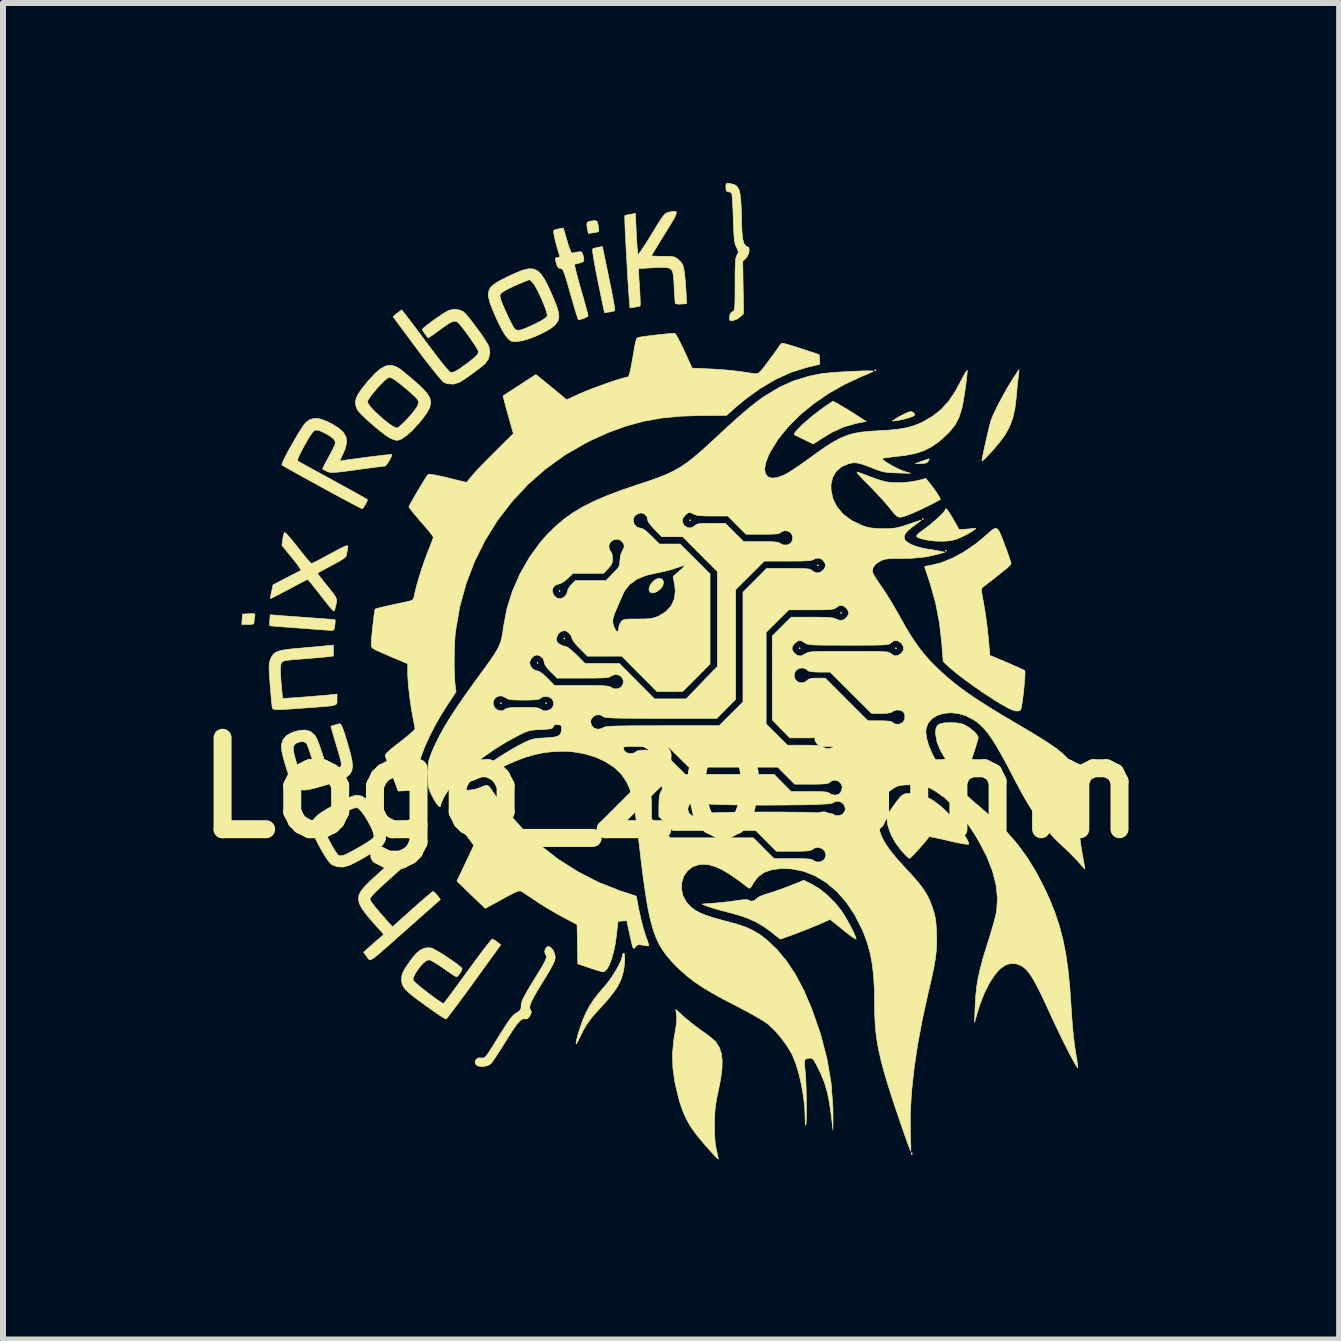
<source format=kicad_pcb>
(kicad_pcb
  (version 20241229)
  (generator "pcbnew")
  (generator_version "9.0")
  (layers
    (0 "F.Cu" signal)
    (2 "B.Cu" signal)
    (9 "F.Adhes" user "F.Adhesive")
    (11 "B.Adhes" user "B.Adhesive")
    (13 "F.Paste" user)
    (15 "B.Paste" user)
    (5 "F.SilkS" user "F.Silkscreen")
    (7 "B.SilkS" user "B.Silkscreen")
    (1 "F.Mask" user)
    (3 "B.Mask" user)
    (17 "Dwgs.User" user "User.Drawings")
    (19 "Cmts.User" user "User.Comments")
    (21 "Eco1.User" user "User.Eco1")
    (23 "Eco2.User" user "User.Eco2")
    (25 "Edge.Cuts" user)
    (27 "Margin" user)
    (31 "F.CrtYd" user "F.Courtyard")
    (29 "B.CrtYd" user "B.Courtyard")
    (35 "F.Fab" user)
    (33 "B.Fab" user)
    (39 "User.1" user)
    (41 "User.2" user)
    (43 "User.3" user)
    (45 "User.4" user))
  (footprint "Logo_20,3mm"
    (layer "F.Cu")
    (at 8.135 10.082)
    (property "Reference" "Logo_20,3mm" (at 0 0 0) (layer "F.SilkS") (effects (font (size 1.524 1.524) (thickness 0.3))))
    (attr through_hole)
    (fp_poly (pts (xy -2.824 -1.412) (xy -2.835 -1.402) (xy -2.845 -1.412) (xy -2.835 -1.422) (xy -2.824 -1.412)) (stroke (width 0.01) (type solid)) (fill yes) (layer "F.SilkS"))
    (fp_poly (pts (xy -2.215 -2.083) (xy -2.225 -2.073) (xy -2.235 -2.083) (xy -2.225 -2.093) (xy -2.215 -2.083)) (stroke (width 0.01) (type solid)) (fill yes) (layer "F.SilkS"))
    (fp_poly (pts (xy -2.073 -1.412) (xy -2.083 -1.402) (xy -2.093 -1.412) (xy -2.083 -1.422) (xy -2.073 -1.412)) (stroke (width 0.01) (type solid)) (fill yes) (layer "F.SilkS"))
    (fp_poly (pts (xy -1.849 -3.282) (xy -1.859 -3.272) (xy -1.869 -3.282) (xy -1.859 -3.292) (xy -1.849 -3.282)) (stroke (width 0.01) (type solid)) (fill yes) (layer "F.SilkS"))
    (fp_poly (pts (xy -1.768 -2.489) (xy -1.778 -2.479) (xy -1.788 -2.489) (xy -1.778 -2.499) (xy -1.768 -2.489)) (stroke (width 0.01) (type solid)) (fill yes) (layer "F.SilkS"))
    (fp_poly (pts (xy -0.264 0.01) (xy -0.274 0.02) (xy -0.284 0.01) (xy -0.274 0) (xy -0.264 0.01)) (stroke (width 0.01) (type solid)) (fill yes) (layer "F.SilkS"))
    (fp_poly (pts (xy 0.325 -4.46) (xy 0.315 -4.45) (xy 0.305 -4.46) (xy 0.315 -4.47) (xy 0.325 -4.46)) (stroke (width 0.01) (type solid)) (fill yes) (layer "F.SilkS"))
    (fp_poly (pts (xy 0.406 0.356) (xy 0.396 0.366) (xy 0.386 0.356) (xy 0.396 0.345) (xy 0.406 0.356)) (stroke (width 0.01) (type solid)) (fill yes) (layer "F.SilkS"))
    (fp_poly (pts (xy 2.154 -2.327) (xy 2.144 -2.316) (xy 2.134 -2.327) (xy 2.144 -2.337) (xy 2.154 -2.327)) (stroke (width 0.01) (type solid)) (fill yes) (layer "F.SilkS"))
    (fp_poly (pts (xy 2.459 -3.708) (xy 2.449 -3.698) (xy 2.438 -3.708) (xy 2.449 -3.719) (xy 2.459 -3.708)) (stroke (width 0.01) (type solid)) (fill yes) (layer "F.SilkS"))
    (fp_poly (pts (xy 2.845 -2.916) (xy 2.835 -2.906) (xy 2.824 -2.916) (xy 2.835 -2.926) (xy 2.845 -2.916)) (stroke (width 0.01) (type solid)) (fill yes) (layer "F.SilkS"))
    (fp_poly (pts (xy 3.414 -6.96) (xy 3.404 -6.949) (xy 3.393 -6.96) (xy 3.404 -6.97) (xy 3.414 -6.96)) (stroke (width 0.01) (type solid)) (fill yes) (layer "F.SilkS"))
    (fp_poly (pts (xy 3.759 -2.327) (xy 3.749 -2.316) (xy 3.739 -2.327) (xy 3.749 -2.337) (xy 3.759 -2.327)) (stroke (width 0.01) (type solid)) (fill yes) (layer "F.SilkS"))
    (fp_poly (pts (xy 4.206 -4.481) (xy 4.196 -4.47) (xy 4.186 -4.481) (xy 4.196 -4.491) (xy 4.206 -4.481)) (stroke (width 0.01) (type solid)) (fill yes) (layer "F.SilkS"))
    (fp_poly (pts (xy 4.592 -3.952) (xy 4.582 -3.942) (xy 4.572 -3.952) (xy 4.582 -3.962) (xy 4.592 -3.952)) (stroke (width 0.01) (type solid)) (fill yes) (layer "F.SilkS"))
    (fp_poly (pts (xy 4.017 6.082) (xy 4.019 6.107) (xy 4.017 6.11) (xy 4.005 6.107) (xy 4.003 6.096) (xy 4.01 6.079) (xy 4.017 6.082)) (stroke (width 0.01) (type solid)) (fill yes) (layer "F.SilkS"))
    (fp_poly (pts (xy 4.3 -5.471) (xy 4.288 -5.446) (xy 4.264 -5.419) (xy 4.221 -5.408) (xy 4.17 -5.406) (xy 4.074 -5.406) (xy 4.186 -5.446) (xy 4.247 -5.467) (xy 4.29 -5.482) (xy 4.303 -5.486) (xy 4.3 -5.471)) (stroke (width 0.01) (type solid)) (fill yes) (layer "F.SilkS"))
    (fp_poly (pts (xy -6.94 -2.899) (xy -6.934 -2.885) (xy -6.937 -2.875) (xy -6.946 -2.83) (xy -6.949 -2.782) (xy -6.952 -2.747) (xy -6.966 -2.73) (xy -7.002 -2.724) (xy -7.052 -2.723) (xy -7.155 -2.723) (xy -7.149 -2.809) (xy -7.142 -2.896) (xy -7.033 -2.902) (xy -6.97 -2.904) (xy -6.94 -2.899)) (stroke (width 0.01) (type solid)) (fill yes) (layer "F.SilkS"))
    (fp_poly (pts (xy -0.145 -3.477) (xy -0.127 -3.439) (xy -0.126 -3.429) (xy -0.135 -3.375) (xy -0.17 -3.323) (xy -0.219 -3.281) (xy -0.274 -3.254) (xy -0.324 -3.25) (xy -0.352 -3.265) (xy -0.369 -3.306) (xy -0.357 -3.359) (xy -0.325 -3.413) (xy -0.279 -3.459) (xy -0.226 -3.488) (xy -0.188 -3.491) (xy -0.145 -3.477)) (stroke (width 0.01) (type solid)) (fill yes) (layer "F.SilkS"))
    (fp_poly (pts (xy -1.234 -9.441) (xy -1.221 -9.404) (xy -1.214 -9.371) (xy -1.205 -9.315) (xy -1.204 -9.279) (xy -1.206 -9.273) (xy -1.231 -9.264) (xy -1.28 -9.254) (xy -1.297 -9.252) (xy -1.378 -9.241) (xy -1.397 -9.33) (xy -1.405 -9.392) (xy -1.395 -9.427) (xy -1.356 -9.444) (xy -1.301 -9.452) (xy -1.258 -9.454) (xy -1.234 -9.441)) (stroke (width 0.01) (type solid)) (fill yes) (layer "F.SilkS"))
    (fp_poly (pts (xy 4.028 -6.263) (xy 4.033 -6.259) (xy 4.059 -6.231) (xy 4.064 -6.217) (xy 4.046 -6.201) (xy 3.998 -6.18) (xy 3.931 -6.159) (xy 3.856 -6.139) (xy 3.783 -6.126) (xy 3.78 -6.125) (xy 3.688 -6.113) (xy 3.745 -6.152) (xy 3.797 -6.184) (xy 3.866 -6.221) (xy 3.902 -6.238) (xy 3.964 -6.265) (xy 4.002 -6.272) (xy 4.028 -6.263)) (stroke (width 0.01) (type solid)) (fill yes) (layer "F.SilkS"))
    (fp_poly (pts (xy -1.082 -8.723) (xy -1.039 -8.515) (xy -1.004 -8.344) (xy -0.977 -8.208) (xy -0.958 -8.104) (xy -0.945 -8.029) (xy -0.939 -7.981) (xy -0.939 -7.957) (xy -0.94 -7.953) (xy -0.966 -7.943) (xy -1.016 -7.933) (xy -1.031 -7.931) (xy -1.11 -7.92) (xy -1.218 -8.443) (xy -1.246 -8.583) (xy -1.27 -8.711) (xy -1.289 -8.819) (xy -1.302 -8.904) (xy -1.309 -8.96) (xy -1.308 -8.981) (xy -1.277 -8.995) (xy -1.226 -9.008) (xy -1.217 -9.01) (xy -1.144 -9.023) (xy -1.082 -8.723)) (stroke (width 0.01) (type solid)) (fill yes) (layer "F.SilkS"))
    (fp_poly (pts (xy 2.818 -6.379) (xy 2.892 -6.335) (xy 2.984 -6.28) (xy 3.074 -6.223) (xy 3.093 -6.21) (xy 3.251 -6.108) (xy 3.081 -6.074) (xy 2.881 -6.017) (xy 2.681 -5.926) (xy 2.507 -5.821) (xy 2.444 -5.779) (xy 2.396 -5.748) (xy 2.371 -5.732) (xy 2.37 -5.731) (xy 2.352 -5.74) (xy 2.306 -5.763) (xy 2.241 -5.795) (xy 2.215 -5.808) (xy 2.144 -5.842) (xy 2.089 -5.869) (xy 2.059 -5.884) (xy 2.056 -5.886) (xy 2.056 -5.905) (xy 2.084 -5.945) (xy 2.135 -6) (xy 2.204 -6.066) (xy 2.286 -6.139) (xy 2.376 -6.214) (xy 2.471 -6.287) (xy 2.561 -6.352) (xy 2.699 -6.446) (xy 2.818 -6.379)) (stroke (width 0.01) (type solid)) (fill yes) (layer "F.SilkS"))
    (fp_poly (pts (xy 4.604 -4.636) (xy 4.643 -4.58) (xy 4.698 -4.488) (xy 4.704 -4.478) (xy 4.802 -4.303) (xy 4.943 -4.314) (xy 5.083 -4.326) (xy 5.032 -4.286) (xy 4.988 -4.257) (xy 4.921 -4.22) (xy 4.845 -4.182) (xy 4.843 -4.181) (xy 4.761 -4.146) (xy 4.689 -4.126) (xy 4.608 -4.115) (xy 4.532 -4.111) (xy 4.412 -4.113) (xy 4.299 -4.124) (xy 4.24 -4.136) (xy 4.155 -4.158) (xy 4.106 -4.177) (xy 4.092 -4.199) (xy 4.113 -4.229) (xy 4.168 -4.273) (xy 4.221 -4.312) (xy 4.299 -4.371) (xy 4.379 -4.437) (xy 4.452 -4.502) (xy 4.513 -4.561) (xy 4.555 -4.608) (xy 4.572 -4.636) (xy 4.572 -4.637) (xy 4.58 -4.655) (xy 4.604 -4.636)) (stroke (width 0.01) (type solid)) (fill yes) (layer "F.SilkS"))
    (fp_poly (pts (xy -6.546 -2.874) (xy -6.483 -2.869) (xy -6.388 -2.862) (xy -6.271 -2.854) (xy -6.14 -2.844) (xy -6.008 -2.835) (xy -5.885 -2.826) (xy -5.776 -2.818) (xy -5.688 -2.811) (xy -5.628 -2.805) (xy -5.601 -2.801) (xy -5.6 -2.801) (xy -5.598 -2.778) (xy -5.601 -2.73) (xy -5.604 -2.708) (xy -5.612 -2.653) (xy -5.627 -2.629) (xy -5.656 -2.624) (xy -5.666 -2.624) (xy -5.701 -2.626) (xy -5.771 -2.631) (xy -5.867 -2.638) (xy -5.985 -2.647) (xy -6.118 -2.657) (xy -6.198 -2.663) (xy -6.333 -2.673) (xy -6.454 -2.682) (xy -6.555 -2.69) (xy -6.631 -2.696) (xy -6.676 -2.7) (xy -6.685 -2.701) (xy -6.69 -2.72) (xy -6.69 -2.767) (xy -6.688 -2.794) (xy -6.681 -2.885) (xy -6.546 -2.874)) (stroke (width 0.01) (type solid)) (fill yes) (layer "F.SilkS"))
    (fp_poly (pts (xy 4.661 -1.087) (xy 4.758 -1.083) (xy 4.829 -1.073) (xy 4.886 -1.053) (xy 4.907 -1.042) (xy 4.984 -0.994) (xy 5.05 -0.94) (xy 5.098 -0.888) (xy 5.12 -0.845) (xy 5.12 -0.839) (xy 5.114 -0.804) (xy 5.095 -0.74) (xy 5.069 -0.655) (xy 5.037 -0.558) (xy 5.002 -0.458) (xy 4.968 -0.363) (xy 4.937 -0.283) (xy 4.918 -0.239) (xy 4.891 -0.184) (xy 4.867 -0.149) (xy 4.857 -0.142) (xy 4.837 -0.157) (xy 4.798 -0.196) (xy 4.749 -0.251) (xy 4.733 -0.269) (xy 4.596 -0.448) (xy 4.496 -0.612) (xy 4.434 -0.761) (xy 4.41 -0.894) (xy 4.409 -0.912) (xy 4.415 -0.986) (xy 4.438 -1.037) (xy 4.482 -1.067) (xy 4.554 -1.083) (xy 4.66 -1.087) (xy 4.661 -1.087)) (stroke (width 0.01) (type solid)) (fill yes) (layer "F.SilkS"))
    (fp_poly (pts (xy 5.8 -6.952) (xy 5.795 -6.904) (xy 5.789 -6.853) (xy 5.78 -6.784) (xy 5.77 -6.688) (xy 5.76 -6.58) (xy 5.753 -6.5) (xy 5.731 -6.318) (xy 5.696 -6.165) (xy 5.646 -6.029) (xy 5.576 -5.9) (xy 5.559 -5.874) (xy 5.521 -5.82) (xy 5.47 -5.754) (xy 5.411 -5.683) (xy 5.349 -5.612) (xy 5.29 -5.547) (xy 5.239 -5.494) (xy 5.202 -5.46) (xy 5.184 -5.449) (xy 5.182 -5.451) (xy 5.186 -5.482) (xy 5.198 -5.543) (xy 5.215 -5.627) (xy 5.237 -5.726) (xy 5.26 -5.829) (xy 5.284 -5.931) (xy 5.305 -6.02) (xy 5.323 -6.09) (xy 5.334 -6.126) (xy 5.365 -6.205) (xy 5.414 -6.309) (xy 5.474 -6.429) (xy 5.543 -6.556) (xy 5.614 -6.681) (xy 5.683 -6.795) (xy 5.692 -6.808) (xy 5.737 -6.878) (xy 5.773 -6.933) (xy 5.795 -6.965) (xy 5.8 -6.97) (xy 5.8 -6.952)) (stroke (width 0.01) (type solid)) (fill yes) (layer "F.SilkS"))
    (fp_poly (pts (xy -0.78 2.762) (xy -0.773 2.802) (xy -0.773 2.864) (xy -0.777 2.94) (xy -0.787 3.019) (xy -0.802 3.093) (xy -0.804 3.1) (xy -0.836 3.2) (xy -0.884 3.299) (xy -0.952 3.402) (xy -1.043 3.517) (xy -1.162 3.65) (xy -1.162 3.65) (xy -1.266 3.764) (xy -1.347 3.861) (xy -1.411 3.952) (xy -1.466 4.047) (xy -1.519 4.156) (xy -1.529 4.175) (xy -1.556 4.231) (xy -1.576 4.264) (xy -1.584 4.265) (xy -1.584 4.264) (xy -1.578 4.216) (xy -1.559 4.141) (xy -1.532 4.049) (xy -1.499 3.951) (xy -1.465 3.857) (xy -1.431 3.778) (xy -1.42 3.753) (xy -1.356 3.635) (xy -1.287 3.529) (xy -1.205 3.422) (xy -1.104 3.305) (xy -1.041 3.228) (xy -0.976 3.136) (xy -0.917 3.041) (xy -0.866 2.949) (xy -0.83 2.87) (xy -0.813 2.812) (xy -0.813 2.803) (xy -0.803 2.765) (xy -0.792 2.753) (xy -0.78 2.762)) (stroke (width 0.01) (type solid)) (fill yes) (layer "F.SilkS"))
    (fp_poly (pts (xy 3.132 -5.256) (xy 3.189 -5.236) (xy 3.263 -5.207) (xy 3.297 -5.194) (xy 3.391 -5.158) (xy 3.489 -5.126) (xy 3.573 -5.103) (xy 3.586 -5.1) (xy 3.702 -5.087) (xy 3.84 -5.087) (xy 3.984 -5.099) (xy 4.118 -5.123) (xy 4.14 -5.129) (xy 4.247 -5.158) (xy 4.315 -5.073) (xy 4.366 -5.007) (xy 4.414 -4.94) (xy 4.454 -4.879) (xy 4.481 -4.833) (xy 4.489 -4.81) (xy 4.489 -4.809) (xy 4.455 -4.788) (xy 4.394 -4.755) (xy 4.315 -4.715) (xy 4.228 -4.672) (xy 4.143 -4.631) (xy 4.069 -4.598) (xy 4.032 -4.582) (xy 3.934 -4.543) (xy 3.864 -4.518) (xy 3.814 -4.51) (xy 3.774 -4.522) (xy 3.735 -4.555) (xy 3.687 -4.612) (xy 3.64 -4.67) (xy 3.57 -4.754) (xy 3.481 -4.853) (xy 3.384 -4.956) (xy 3.292 -5.05) (xy 3.287 -5.055) (xy 3.214 -5.127) (xy 3.156 -5.189) (xy 3.116 -5.235) (xy 3.1 -5.26) (xy 3.102 -5.263) (xy 3.132 -5.256)) (stroke (width 0.01) (type solid)) (fill yes) (layer "F.SilkS"))
    (fp_poly (pts (xy 0.217 3.819) (xy 0.301 3.89) (xy 0.401 3.969) (xy 0.499 4.041) (xy 0.524 4.058) (xy 0.604 4.115) (xy 0.677 4.173) (xy 0.733 4.222) (xy 0.75 4.241) (xy 0.803 4.324) (xy 0.837 4.422) (xy 0.852 4.541) (xy 0.849 4.683) (xy 0.827 4.854) (xy 0.789 5.044) (xy 0.761 5.175) (xy 0.743 5.284) (xy 0.732 5.383) (xy 0.726 5.49) (xy 0.724 5.618) (xy 0.726 5.773) (xy 0.734 5.896) (xy 0.748 5.996) (xy 0.758 6.043) (xy 0.775 6.113) (xy 0.785 6.165) (xy 0.788 6.189) (xy 0.787 6.189) (xy 0.773 6.177) (xy 0.736 6.139) (xy 0.681 6.08) (xy 0.614 6.005) (xy 0.562 5.947) (xy 0.436 5.797) (xy 0.336 5.66) (xy 0.258 5.526) (xy 0.195 5.384) (xy 0.141 5.225) (xy 0.132 5.192) (xy 0.067 4.923) (xy 0.031 4.672) (xy 0.024 4.433) (xy 0.046 4.198) (xy 0.062 4.105) (xy 0.086 3.958) (xy 0.095 3.844) (xy 0.092 3.792) (xy 0.079 3.693) (xy 0.217 3.819)) (stroke (width 0.01) (type solid)) (fill yes) (layer "F.SilkS"))
    (fp_poly (pts (xy 4.078 0.094) (xy 4.219 0.132) (xy 4.364 0.207) (xy 4.507 0.316) (xy 4.605 0.411) (xy 4.668 0.483) (xy 4.734 0.566) (xy 4.799 0.654) (xy 4.859 0.74) (xy 4.909 0.818) (xy 4.945 0.881) (xy 4.963 0.924) (xy 4.962 0.939) (xy 4.936 0.941) (xy 4.876 0.933) (xy 4.788 0.917) (xy 4.676 0.893) (xy 4.626 0.881) (xy 4.519 0.856) (xy 4.426 0.836) (xy 4.355 0.821) (xy 4.312 0.814) (xy 4.302 0.814) (xy 4.266 0.861) (xy 4.216 0.922) (xy 4.158 0.988) (xy 4.099 1.054) (xy 4.045 1.112) (xy 4.003 1.155) (xy 3.978 1.176) (xy 3.975 1.177) (xy 3.952 1.162) (xy 3.911 1.123) (xy 3.859 1.068) (xy 3.843 1.05) (xy 3.742 0.917) (xy 3.666 0.777) (xy 3.617 0.641) (xy 3.603 0.565) (xy 3.599 0.516) (xy 3.601 0.478) (xy 3.613 0.441) (xy 3.64 0.396) (xy 3.684 0.333) (xy 3.721 0.281) (xy 3.78 0.203) (xy 3.822 0.151) (xy 3.856 0.121) (xy 3.888 0.104) (xy 3.927 0.095) (xy 3.942 0.093) (xy 4.078 0.094)) (stroke (width 0.01) (type solid)) (fill yes) (layer "F.SilkS"))
    (fp_poly (pts (xy -1.734 -9.121) (xy -1.708 -9.036) (xy -1.683 -8.968) (xy -1.664 -8.925) (xy -1.654 -8.914) (xy -1.623 -8.919) (xy -1.571 -8.929) (xy -1.561 -8.931) (xy -1.512 -8.937) (xy -1.487 -8.926) (xy -1.471 -8.889) (xy -1.465 -8.868) (xy -1.452 -8.808) (xy -1.46 -8.774) (xy -1.494 -8.756) (xy -1.529 -8.747) (xy -1.578 -8.735) (xy -1.607 -8.726) (xy -1.608 -8.725) (xy -1.606 -8.705) (xy -1.595 -8.651) (xy -1.574 -8.569) (xy -1.547 -8.466) (xy -1.514 -8.348) (xy -1.502 -8.306) (xy -1.466 -8.182) (xy -1.435 -8.071) (xy -1.41 -7.978) (xy -1.392 -7.911) (xy -1.383 -7.874) (xy -1.382 -7.87) (xy -1.399 -7.852) (xy -1.441 -7.831) (xy -1.492 -7.813) (xy -1.538 -7.803) (xy -1.544 -7.803) (xy -1.553 -7.822) (xy -1.57 -7.874) (xy -1.595 -7.954) (xy -1.625 -8.056) (xy -1.66 -8.175) (xy -1.675 -8.23) (xy -1.715 -8.37) (xy -1.746 -8.475) (xy -1.77 -8.552) (xy -1.789 -8.603) (xy -1.805 -8.634) (xy -1.819 -8.65) (xy -1.834 -8.656) (xy -1.842 -8.656) (xy -1.876 -8.666) (xy -1.899 -8.701) (xy -1.909 -8.733) (xy -1.925 -8.794) (xy -1.927 -8.825) (xy -1.914 -8.837) (xy -1.888 -8.839) (xy -1.856 -8.849) (xy -1.854 -8.865) (xy -1.878 -8.935) (xy -1.902 -9.018) (xy -1.925 -9.103) (xy -1.943 -9.183) (xy -1.954 -9.246) (xy -1.957 -9.284) (xy -1.955 -9.29) (xy -1.924 -9.305) (xy -1.872 -9.318) (xy -1.866 -9.32) (xy -1.795 -9.331) (xy -1.734 -9.121)) (stroke (width 0.01) (type solid)) (fill yes) (layer "F.SilkS"))
    (fp_poly (pts (xy 2.351 1.609) (xy 2.477 1.685) (xy 2.607 1.79) (xy 2.73 1.913) (xy 2.834 2.041) (xy 2.878 2.108) (xy 2.927 2.189) (xy 2.975 2.276) (xy 3.02 2.361) (xy 3.055 2.435) (xy 3.078 2.491) (xy 3.085 2.521) (xy 3.085 2.522) (xy 3.068 2.516) (xy 3.026 2.489) (xy 2.964 2.444) (xy 2.889 2.385) (xy 2.868 2.367) (xy 2.79 2.304) (xy 2.724 2.251) (xy 2.676 2.213) (xy 2.652 2.195) (xy 2.65 2.195) (xy 2.63 2.202) (xy 2.582 2.223) (xy 2.515 2.254) (xy 2.485 2.267) (xy 2.427 2.292) (xy 2.348 2.324) (xy 2.254 2.362) (xy 2.153 2.401) (xy 2.054 2.439) (xy 1.963 2.472) (xy 1.889 2.499) (xy 1.84 2.516) (xy 1.823 2.52) (xy 1.805 2.508) (xy 1.763 2.476) (xy 1.705 2.43) (xy 1.675 2.406) (xy 1.546 2.312) (xy 1.415 2.235) (xy 1.271 2.171) (xy 1.104 2.115) (xy 0.967 2.078) (xy 0.857 2.049) (xy 0.755 2.021) (xy 0.669 1.995) (xy 0.61 1.976) (xy 0.601 1.972) (xy 0.518 1.937) (xy 0.719 1.922) (xy 0.833 1.912) (xy 0.956 1.898) (xy 1.068 1.883) (xy 1.095 1.879) (xy 1.193 1.866) (xy 1.259 1.863) (xy 1.289 1.87) (xy 1.333 1.889) (xy 1.385 1.881) (xy 1.425 1.849) (xy 1.464 1.818) (xy 1.536 1.787) (xy 1.605 1.765) (xy 1.689 1.739) (xy 1.794 1.703) (xy 1.907 1.662) (xy 1.985 1.632) (xy 2.213 1.541) (xy 2.351 1.609)) (stroke (width 0.01) (type solid)) (fill yes) (layer "F.SilkS"))
    (fp_poly (pts (xy -4.491 1.131) (xy -4.454 1.165) (xy -4.44 1.179) (xy -4.404 1.219) (xy -4.393 1.242) (xy -4.406 1.263) (xy -4.421 1.277) (xy -4.448 1.302) (xy -4.5 1.349) (xy -4.572 1.413) (xy -4.656 1.488) (xy -4.74 1.563) (xy -4.846 1.659) (xy -4.929 1.739) (xy -4.986 1.8) (xy -5.016 1.84) (xy -5.019 1.85) (xy -5.01 1.877) (xy -4.982 1.921) (xy -4.933 1.984) (xy -4.861 2.071) (xy -4.764 2.182) (xy -4.712 2.241) (xy -4.643 2.317) (xy -4.314 2.022) (xy -4.216 1.936) (xy -4.129 1.859) (xy -4.055 1.797) (xy -4.001 1.752) (xy -3.97 1.729) (xy -3.966 1.727) (xy -3.943 1.742) (xy -3.908 1.779) (xy -3.896 1.794) (xy -3.845 1.861) (xy -4.383 2.338) (xy -4.538 2.475) (xy -4.665 2.588) (xy -4.768 2.679) (xy -4.849 2.749) (xy -4.911 2.801) (xy -4.957 2.836) (xy -4.99 2.857) (xy -5.013 2.866) (xy -5.029 2.864) (xy -5.041 2.855) (xy -5.052 2.839) (xy -5.065 2.819) (xy -5.07 2.813) (xy -5.125 2.74) (xy -5.016 2.643) (xy -4.951 2.586) (xy -4.889 2.531) (xy -4.847 2.495) (xy -4.787 2.444) (xy -4.966 2.243) (xy -5.072 2.12) (xy -5.148 2.018) (xy -5.194 1.932) (xy -5.211 1.856) (xy -5.201 1.785) (xy -5.163 1.714) (xy -5.099 1.638) (xy -5.055 1.593) (xy -4.986 1.527) (xy -4.906 1.453) (xy -4.821 1.376) (xy -4.736 1.301) (xy -4.657 1.233) (xy -4.591 1.176) (xy -4.541 1.136) (xy -4.515 1.118) (xy -4.513 1.118) (xy -4.491 1.131)) (stroke (width 0.01) (type solid)) (fill yes) (layer "F.SilkS"))
    (fp_poly (pts (xy 0.968 -10.075) (xy 0.989 -10.072) (xy 1.058 -10.053) (xy 1.105 -10.019) (xy 1.136 -9.962) (xy 1.154 -9.876) (xy 1.161 -9.809) (xy 1.167 -9.716) (xy 1.172 -9.6) (xy 1.176 -9.478) (xy 1.177 -9.402) (xy 1.183 -9.25) (xy 1.197 -9.136) (xy 1.221 -9.061) (xy 1.253 -9.025) (xy 1.269 -9.022) (xy 1.295 -9.006) (xy 1.303 -8.966) (xy 1.295 -8.913) (xy 1.272 -8.86) (xy 1.248 -8.829) (xy 1.195 -8.776) (xy 1.202 -8.341) (xy 1.209 -7.906) (xy 1.158 -7.855) (xy 1.103 -7.815) (xy 1.041 -7.791) (xy 0.997 -7.784) (xy 0.979 -7.797) (xy 0.975 -7.84) (xy 0.975 -7.846) (xy 0.984 -7.901) (xy 1.013 -7.931) (xy 1.021 -7.935) (xy 1.036 -7.943) (xy 1.047 -7.954) (xy 1.056 -7.974) (xy 1.061 -8.009) (xy 1.064 -8.063) (xy 1.066 -8.143) (xy 1.067 -8.252) (xy 1.067 -8.393) (xy 1.067 -8.542) (xy 1.069 -8.656) (xy 1.072 -8.74) (xy 1.076 -8.8) (xy 1.083 -8.841) (xy 1.093 -8.869) (xy 1.1 -8.881) (xy 1.118 -8.915) (xy 1.119 -8.945) (xy 1.102 -8.989) (xy 1.091 -9.009) (xy 1.076 -9.042) (xy 1.065 -9.08) (xy 1.056 -9.129) (xy 1.05 -9.197) (xy 1.045 -9.29) (xy 1.04 -9.413) (xy 1.038 -9.487) (xy 1.033 -9.612) (xy 1.028 -9.723) (xy 1.022 -9.814) (xy 1.016 -9.879) (xy 1.01 -9.91) (xy 1.01 -9.911) (xy 0.977 -9.933) (xy 0.954 -9.936) (xy 0.927 -9.945) (xy 0.916 -9.976) (xy 0.914 -10.01) (xy 0.916 -10.058) (xy 0.93 -10.077) (xy 0.968 -10.075)) (stroke (width 0.01) (type solid)) (fill yes) (layer "F.SilkS"))
    (fp_poly (pts (xy -4.598 -7.027) (xy -4.525 -6.986) (xy -4.484 -6.955) (xy -4.422 -6.904) (xy -4.346 -6.841) (xy -4.265 -6.771) (xy -4.263 -6.77) (xy -4.149 -6.666) (xy -4.068 -6.578) (xy -4.02 -6.499) (xy -4.005 -6.423) (xy -4.021 -6.343) (xy -4.069 -6.252) (xy -4.147 -6.145) (xy -4.214 -6.066) (xy -4.316 -5.955) (xy -4.41 -5.871) (xy -4.492 -5.815) (xy -4.559 -5.792) (xy -4.57 -5.792) (xy -4.609 -5.8) (xy -4.663 -5.821) (xy -4.678 -5.827) (xy -4.73 -5.858) (xy -4.801 -5.91) (xy -4.884 -5.976) (xy -4.972 -6.05) (xy -5.057 -6.125) (xy -5.133 -6.197) (xy -5.192 -6.258) (xy -5.227 -6.302) (xy -5.231 -6.31) (xy -5.255 -6.373) (xy -5.261 -6.433) (xy -5.261 -6.434) (xy -5.06 -6.434) (xy -5.044 -6.397) (xy -5.003 -6.343) (xy -4.942 -6.278) (xy -4.868 -6.208) (xy -4.79 -6.139) (xy -4.713 -6.078) (xy -4.644 -6.031) (xy -4.591 -6.003) (xy -4.566 -5.998) (xy -4.536 -6.016) (xy -4.487 -6.058) (xy -4.425 -6.118) (xy -4.365 -6.184) (xy -4.287 -6.276) (xy -4.236 -6.346) (xy -4.212 -6.401) (xy -4.211 -6.445) (xy -4.233 -6.485) (xy -4.262 -6.516) (xy -4.38 -6.622) (xy -4.485 -6.71) (xy -4.574 -6.779) (xy -4.642 -6.824) (xy -4.688 -6.844) (xy -4.697 -6.844) (xy -4.731 -6.826) (xy -4.782 -6.782) (xy -4.843 -6.722) (xy -4.907 -6.651) (xy -4.968 -6.579) (xy -5.018 -6.513) (xy -5.05 -6.461) (xy -5.06 -6.434) (xy -5.261 -6.434) (xy -5.247 -6.496) (xy -5.212 -6.568) (xy -5.151 -6.655) (xy -5.065 -6.762) (xy -5.039 -6.793) (xy -4.933 -6.908) (xy -4.84 -6.987) (xy -4.755 -7.032) (xy -4.676 -7.045) (xy -4.598 -7.027)) (stroke (width 0.01) (type solid)) (fill yes) (layer "F.SilkS"))
    (fp_poly (pts (xy -2.3 -8.65) (xy -2.232 -8.623) (xy -2.17 -8.567) (xy -2.111 -8.48) (xy -2.048 -8.359) (xy -1.978 -8.204) (xy -1.953 -8.146) (xy -1.904 -8.021) (xy -1.876 -7.925) (xy -1.869 -7.849) (xy -1.883 -7.787) (xy -1.919 -7.732) (xy -1.947 -7.703) (xy -2.019 -7.649) (xy -2.119 -7.592) (xy -2.233 -7.538) (xy -2.352 -7.491) (xy -2.461 -7.457) (xy -2.545 -7.442) (xy -2.613 -7.438) (xy -2.656 -7.444) (xy -2.691 -7.465) (xy -2.729 -7.501) (xy -2.768 -7.553) (xy -2.818 -7.636) (xy -2.873 -7.745) (xy -2.915 -7.833) (xy -2.979 -7.982) (xy -3.023 -8.1) (xy -3.044 -8.193) (xy -3.044 -8.206) (xy -2.852 -8.206) (xy -2.848 -8.172) (xy -2.833 -8.122) (xy -2.804 -8.048) (xy -2.758 -7.945) (xy -2.757 -7.942) (xy -2.713 -7.847) (xy -2.671 -7.762) (xy -2.637 -7.696) (xy -2.614 -7.659) (xy -2.612 -7.656) (xy -2.587 -7.634) (xy -2.554 -7.626) (xy -2.509 -7.631) (xy -2.445 -7.653) (xy -2.355 -7.691) (xy -2.27 -7.731) (xy -2.168 -7.783) (xy -2.099 -7.827) (xy -2.065 -7.859) (xy -2.062 -7.865) (xy -2.065 -7.9) (xy -2.084 -7.963) (xy -2.114 -8.044) (xy -2.152 -8.135) (xy -2.194 -8.227) (xy -2.236 -8.312) (xy -2.274 -8.38) (xy -2.306 -8.423) (xy -2.31 -8.427) (xy -2.358 -8.472) (xy -2.454 -8.434) (xy -2.596 -8.374) (xy -2.709 -8.321) (xy -2.79 -8.276) (xy -2.837 -8.24) (xy -2.845 -8.229) (xy -2.852 -8.206) (xy -3.044 -8.206) (xy -3.042 -8.268) (xy -3.015 -8.331) (xy -2.96 -8.386) (xy -2.878 -8.441) (xy -2.765 -8.499) (xy -2.728 -8.517) (xy -2.588 -8.582) (xy -2.473 -8.628) (xy -2.379 -8.651) (xy -2.3 -8.65)) (stroke (width 0.01) (type solid)) (fill yes) (layer "F.SilkS"))
    (fp_poly (pts (xy 5.443 -4.313) (xy 5.473 -4.27) (xy 5.506 -4.195) (xy 5.548 -4.085) (xy 5.56 -4.054) (xy 5.598 -3.952) (xy 5.63 -3.862) (xy 5.653 -3.791) (xy 5.666 -3.748) (xy 5.667 -3.739) (xy 5.662 -3.725) (xy 5.644 -3.704) (xy 5.609 -3.671) (xy 5.555 -3.626) (xy 5.479 -3.565) (xy 5.378 -3.485) (xy 5.248 -3.385) (xy 5.191 -3.341) (xy 5.18 -3.326) (xy 5.176 -3.301) (xy 5.178 -3.257) (xy 5.189 -3.188) (xy 5.208 -3.087) (xy 5.212 -3.064) (xy 5.233 -2.943) (xy 5.254 -2.799) (xy 5.273 -2.649) (xy 5.287 -2.513) (xy 5.288 -2.509) (xy 5.314 -2.208) (xy 5.598 -2.089) (xy 5.698 -2.046) (xy 5.784 -2.008) (xy 5.85 -1.978) (xy 5.889 -1.959) (xy 5.896 -1.955) (xy 5.9 -1.929) (xy 5.899 -1.872) (xy 5.894 -1.791) (xy 5.885 -1.696) (xy 5.875 -1.595) (xy 5.863 -1.496) (xy 5.851 -1.409) (xy 5.839 -1.341) (xy 5.828 -1.302) (xy 5.824 -1.296) (xy 5.788 -1.281) (xy 5.743 -1.282) (xy 5.683 -1.3) (xy 5.605 -1.337) (xy 5.504 -1.395) (xy 5.396 -1.461) (xy 5.218 -1.576) (xy 5.048 -1.694) (xy 4.891 -1.807) (xy 4.754 -1.913) (xy 4.645 -2.005) (xy 4.631 -2.018) (xy 4.537 -2.105) (xy 4.512 -2.416) (xy 4.473 -2.756) (xy 4.412 -3.074) (xy 4.325 -3.386) (xy 4.309 -3.436) (xy 4.278 -3.529) (xy 4.252 -3.607) (xy 4.234 -3.662) (xy 4.227 -3.687) (xy 4.227 -3.688) (xy 4.245 -3.694) (xy 4.29 -3.703) (xy 4.319 -3.707) (xy 4.499 -3.751) (xy 4.69 -3.828) (xy 4.886 -3.935) (xy 5.081 -4.068) (xy 5.264 -4.221) (xy 5.327 -4.278) (xy 5.375 -4.314) (xy 5.412 -4.327) (xy 5.443 -4.313)) (stroke (width 0.01) (type solid)) (fill yes) (layer "F.SilkS"))
    (fp_poly (pts (xy -5.629 -2.197) (xy -5.715 -2.186) (xy -5.767 -2.181) (xy -5.849 -2.173) (xy -5.951 -2.164) (xy -6.064 -2.155) (xy -6.096 -2.153) (xy -6.205 -2.144) (xy -6.302 -2.136) (xy -6.38 -2.128) (xy -6.428 -2.122) (xy -6.437 -2.12) (xy -6.471 -2.107) (xy -6.494 -2.084) (xy -6.507 -2.045) (xy -6.512 -1.983) (xy -6.509 -1.894) (xy -6.501 -1.77) (xy -6.5 -1.764) (xy -6.492 -1.665) (xy -6.484 -1.581) (xy -6.478 -1.521) (xy -6.475 -1.492) (xy -6.475 -1.49) (xy -6.455 -1.49) (xy -6.401 -1.494) (xy -6.322 -1.499) (xy -6.225 -1.506) (xy -6.116 -1.514) (xy -6.003 -1.523) (xy -5.894 -1.532) (xy -5.796 -1.54) (xy -5.716 -1.547) (xy -5.662 -1.553) (xy -5.654 -1.553) (xy -5.568 -1.564) (xy -5.568 -1.473) (xy -5.567 -1.442) (xy -5.568 -1.418) (xy -5.576 -1.399) (xy -5.595 -1.385) (xy -5.629 -1.374) (xy -5.683 -1.365) (xy -5.762 -1.357) (xy -5.87 -1.348) (xy -6.012 -1.338) (xy -6.096 -1.332) (xy -6.259 -1.32) (xy -6.386 -1.311) (xy -6.482 -1.305) (xy -6.551 -1.303) (xy -6.597 -1.305) (xy -6.626 -1.312) (xy -6.641 -1.323) (xy -6.648 -1.341) (xy -6.651 -1.365) (xy -6.653 -1.387) (xy -6.659 -1.439) (xy -6.666 -1.521) (xy -6.675 -1.623) (xy -6.684 -1.736) (xy -6.686 -1.769) (xy -6.695 -1.889) (xy -6.699 -1.976) (xy -6.699 -2.039) (xy -6.694 -2.085) (xy -6.684 -2.124) (xy -6.676 -2.146) (xy -6.652 -2.196) (xy -6.621 -2.235) (xy -6.578 -2.264) (xy -6.517 -2.286) (xy -6.431 -2.303) (xy -6.316 -2.317) (xy -6.19 -2.328) (xy -6.068 -2.339) (xy -5.951 -2.349) (xy -5.848 -2.358) (xy -5.771 -2.365) (xy -5.745 -2.368) (xy -5.629 -2.379) (xy -5.629 -2.197)) (stroke (width 0.01) (type solid)) (fill yes) (layer "F.SilkS"))
    (fp_poly (pts (xy -2.004 2.66) (xy -1.966 2.706) (xy -1.939 2.767) (xy -1.93 2.824) (xy -1.935 2.858) (xy -1.949 2.901) (xy -1.976 2.959) (xy -2.019 3.036) (xy -2.079 3.138) (xy -2.144 3.242) (xy -2.226 3.377) (xy -2.286 3.482) (xy -2.327 3.562) (xy -2.349 3.622) (xy -2.356 3.665) (xy -2.347 3.696) (xy -2.336 3.711) (xy -2.328 3.742) (xy -2.35 3.795) (xy -2.351 3.797) (xy -2.383 3.841) (xy -2.416 3.854) (xy -2.432 3.851) (xy -2.461 3.85) (xy -2.492 3.862) (xy -2.527 3.892) (xy -2.571 3.943) (xy -2.624 4.018) (xy -2.692 4.122) (xy -2.772 4.25) (xy -2.837 4.353) (xy -2.897 4.447) (xy -2.948 4.523) (xy -2.986 4.577) (xy -3.006 4.601) (xy -3.064 4.632) (xy -3.139 4.645) (xy -3.211 4.638) (xy -3.226 4.633) (xy -3.26 4.603) (xy -3.266 4.563) (xy -3.247 4.525) (xy -3.21 4.501) (xy -3.166 4.501) (xy -3.142 4.505) (xy -3.12 4.501) (xy -3.097 4.484) (xy -3.067 4.45) (xy -3.029 4.394) (xy -2.976 4.312) (xy -2.916 4.216) (xy -2.833 4.082) (xy -2.767 3.978) (xy -2.715 3.899) (xy -2.674 3.842) (xy -2.64 3.802) (xy -2.611 3.775) (xy -2.583 3.755) (xy -2.571 3.748) (xy -2.523 3.716) (xy -2.502 3.679) (xy -2.499 3.642) (xy -2.497 3.607) (xy -2.487 3.568) (xy -2.469 3.521) (xy -2.438 3.46) (xy -2.393 3.38) (xy -2.332 3.277) (xy -2.25 3.145) (xy -2.245 3.136) (xy -2.175 3.022) (xy -2.125 2.936) (xy -2.094 2.875) (xy -2.079 2.831) (xy -2.078 2.8) (xy -2.088 2.778) (xy -2.096 2.768) (xy -2.107 2.733) (xy -2.096 2.688) (xy -2.069 2.652) (xy -2.044 2.642) (xy -2.004 2.66)) (stroke (width 0.01) (type solid)) (fill yes) (layer "F.SilkS"))
    (fp_poly (pts (xy -5.154 0.138) (xy -5.077 0.188) (xy -5.003 0.274) (xy -4.962 0.339) (xy -4.878 0.487) (xy -4.817 0.608) (xy -4.777 0.704) (xy -4.757 0.782) (xy -4.756 0.846) (xy -4.774 0.901) (xy -4.807 0.952) (xy -4.814 0.96) (xy -4.854 0.995) (xy -4.921 1.042) (xy -5.008 1.098) (xy -5.106 1.156) (xy -5.206 1.213) (xy -5.301 1.262) (xy -5.372 1.295) (xy -5.467 1.32) (xy -5.563 1.316) (xy -5.646 1.284) (xy -5.666 1.269) (xy -5.706 1.225) (xy -5.757 1.153) (xy -5.812 1.062) (xy -5.868 0.963) (xy -5.919 0.864) (xy -5.96 0.776) (xy -5.985 0.707) (xy -5.99 0.685) (xy -5.991 0.664) (xy -5.791 0.664) (xy -5.782 0.701) (xy -5.756 0.762) (xy -5.719 0.838) (xy -5.676 0.919) (xy -5.632 0.998) (xy -5.591 1.064) (xy -5.558 1.11) (xy -5.542 1.125) (xy -5.515 1.132) (xy -5.485 1.131) (xy -5.445 1.12) (xy -5.389 1.094) (xy -5.311 1.053) (xy -5.218 1.001) (xy -5.127 0.948) (xy -5.049 0.899) (xy -4.99 0.858) (xy -4.957 0.83) (xy -4.954 0.826) (xy -4.953 0.786) (xy -4.971 0.723) (xy -5.005 0.645) (xy -5.05 0.561) (xy -5.1 0.478) (xy -5.151 0.407) (xy -5.198 0.354) (xy -5.235 0.329) (xy -5.239 0.329) (xy -5.276 0.335) (xy -5.341 0.36) (xy -5.423 0.398) (xy -5.482 0.428) (xy -5.596 0.49) (xy -5.678 0.537) (xy -5.734 0.574) (xy -5.768 0.604) (xy -5.785 0.631) (xy -5.791 0.658) (xy -5.791 0.664) (xy -5.991 0.664) (xy -5.992 0.624) (xy -5.981 0.569) (xy -5.951 0.517) (xy -5.9 0.464) (xy -5.824 0.407) (xy -5.719 0.343) (xy -5.581 0.267) (xy -5.52 0.235) (xy -5.411 0.181) (xy -5.321 0.143) (xy -5.256 0.124) (xy -5.238 0.122) (xy -5.154 0.138)) (stroke (width 0.01) (type solid)) (fill yes) (layer "F.SilkS"))
    (fp_poly (pts (xy -2.95 2.533) (xy -2.906 2.563) (xy -2.898 2.569) (xy -2.839 2.617) (xy -3.284 3.232) (xy -3.385 3.372) (xy -3.48 3.5) (xy -3.564 3.614) (xy -3.636 3.71) (xy -3.692 3.784) (xy -3.731 3.833) (xy -3.749 3.853) (xy -3.749 3.854) (xy -3.772 3.844) (xy -3.821 3.815) (xy -3.891 3.768) (xy -3.978 3.709) (xy -4.064 3.647) (xy -4.196 3.551) (xy -4.298 3.474) (xy -4.373 3.411) (xy -4.426 3.359) (xy -4.461 3.314) (xy -4.481 3.272) (xy -4.489 3.228) (xy -4.491 3.194) (xy -4.487 3.134) (xy -4.471 3.08) (xy -4.438 3.018) (xy -4.404 2.966) (xy -4.318 2.844) (xy -4.243 2.757) (xy -4.173 2.701) (xy -4.105 2.671) (xy -4.034 2.665) (xy -3.994 2.67) (xy -3.957 2.686) (xy -3.896 2.72) (xy -3.818 2.767) (xy -3.734 2.821) (xy -3.65 2.878) (xy -3.575 2.931) (xy -3.518 2.976) (xy -3.486 3.006) (xy -3.484 3.009) (xy -3.487 3.036) (xy -3.509 3.078) (xy -3.539 3.119) (xy -3.568 3.146) (xy -3.578 3.15) (xy -3.6 3.138) (xy -3.649 3.108) (xy -3.716 3.062) (xy -3.794 3.007) (xy -3.875 2.952) (xy -3.948 2.906) (xy -4.005 2.876) (xy -4.037 2.865) (xy -4.081 2.882) (xy -4.134 2.925) (xy -4.189 2.987) (xy -4.24 3.056) (xy -4.279 3.124) (xy -4.299 3.181) (xy -4.298 3.208) (xy -4.279 3.231) (xy -4.235 3.271) (xy -4.171 3.324) (xy -4.096 3.383) (xy -4.016 3.445) (xy -3.939 3.502) (xy -3.871 3.55) (xy -3.82 3.584) (xy -3.793 3.597) (xy -3.793 3.597) (xy -3.779 3.581) (xy -3.744 3.536) (xy -3.691 3.466) (xy -3.623 3.374) (xy -3.543 3.265) (xy -3.453 3.142) (xy -3.393 3.058) (xy -3.298 2.929) (xy -3.21 2.81) (xy -3.133 2.707) (xy -3.068 2.623) (xy -3.018 2.561) (xy -2.988 2.527) (xy -2.98 2.52) (xy -2.95 2.533)) (stroke (width 0.01) (type solid)) (fill yes) (layer "F.SilkS"))
    (fp_poly (pts (xy -6.423 -4.246) (xy -6.386 -4.207) (xy -6.332 -4.146) (xy -6.268 -4.067) (xy -6.217 -4.003) (xy -6.148 -3.915) (xy -6.086 -3.839) (xy -6.037 -3.781) (xy -6.004 -3.747) (xy -5.994 -3.739) (xy -5.971 -3.748) (xy -5.919 -3.773) (xy -5.845 -3.811) (xy -5.756 -3.859) (xy -5.716 -3.88) (xy -5.598 -3.944) (xy -5.511 -3.99) (xy -5.451 -4.02) (xy -5.413 -4.034) (xy -5.393 -4.035) (xy -5.386 -4.023) (xy -5.388 -3.999) (xy -5.393 -3.971) (xy -5.405 -3.911) (xy -5.415 -3.864) (xy -5.417 -3.858) (xy -5.438 -3.837) (xy -5.488 -3.802) (xy -5.561 -3.759) (xy -5.648 -3.712) (xy -5.659 -3.706) (xy -5.747 -3.66) (xy -5.819 -3.621) (xy -5.87 -3.592) (xy -5.892 -3.577) (xy -5.893 -3.576) (xy -5.881 -3.557) (xy -5.848 -3.513) (xy -5.798 -3.45) (xy -5.738 -3.375) (xy -5.729 -3.364) (xy -5.661 -3.279) (xy -5.615 -3.219) (xy -5.588 -3.176) (xy -5.576 -3.143) (xy -5.574 -3.114) (xy -5.577 -3.09) (xy -5.594 -3.008) (xy -5.609 -2.962) (xy -5.624 -2.947) (xy -5.625 -2.947) (xy -5.641 -2.962) (xy -5.678 -3.005) (xy -5.73 -3.069) (xy -5.794 -3.149) (xy -5.842 -3.211) (xy -5.911 -3.299) (xy -5.971 -3.375) (xy -6.018 -3.432) (xy -6.048 -3.467) (xy -6.057 -3.474) (xy -6.078 -3.465) (xy -6.128 -3.44) (xy -6.202 -3.402) (xy -6.293 -3.353) (xy -6.37 -3.312) (xy -6.47 -3.259) (xy -6.556 -3.214) (xy -6.624 -3.18) (xy -6.666 -3.159) (xy -6.677 -3.155) (xy -6.676 -3.176) (xy -6.668 -3.225) (xy -6.658 -3.272) (xy -6.634 -3.383) (xy -6.41 -3.5) (xy -6.323 -3.545) (xy -6.249 -3.583) (xy -6.195 -3.61) (xy -6.169 -3.623) (xy -6.168 -3.623) (xy -6.173 -3.64) (xy -6.2 -3.682) (xy -6.245 -3.744) (xy -6.304 -3.818) (xy -6.318 -3.836) (xy -6.486 -4.042) (xy -6.472 -4.144) (xy -6.461 -4.205) (xy -6.448 -4.247) (xy -6.441 -4.257) (xy -6.423 -4.246)) (stroke (width 0.01) (type solid)) (fill yes) (layer "F.SilkS"))
    (fp_poly (pts (xy -3.509 -7.96) (xy -3.462 -7.935) (xy -3.428 -7.904) (xy -3.378 -7.846) (xy -3.317 -7.77) (xy -3.251 -7.681) (xy -3.184 -7.59) (xy -3.123 -7.502) (xy -3.074 -7.425) (xy -3.041 -7.368) (xy -3.034 -7.349) (xy -3.019 -7.249) (xy -3.042 -7.153) (xy -3.1 -7.071) (xy -3.104 -7.068) (xy -3.157 -7.023) (xy -3.231 -6.965) (xy -3.316 -6.902) (xy -3.4 -6.842) (xy -3.475 -6.792) (xy -3.528 -6.76) (xy -3.53 -6.759) (xy -3.626 -6.73) (xy -3.725 -6.735) (xy -3.786 -6.758) (xy -3.812 -6.783) (xy -3.86 -6.836) (xy -3.925 -6.915) (xy -4.006 -7.016) (xy -4.098 -7.135) (xy -4.199 -7.268) (xy -4.238 -7.321) (xy -4.634 -7.854) (xy -4.568 -7.909) (xy -4.524 -7.943) (xy -4.495 -7.963) (xy -4.49 -7.965) (xy -4.475 -7.949) (xy -4.44 -7.905) (xy -4.387 -7.836) (xy -4.318 -7.745) (xy -4.237 -7.638) (xy -4.148 -7.518) (xy -4.104 -7.459) (xy -4.009 -7.332) (xy -3.921 -7.216) (xy -3.842 -7.114) (xy -3.775 -7.031) (xy -3.724 -6.971) (xy -3.692 -6.937) (xy -3.686 -6.932) (xy -3.657 -6.925) (xy -3.621 -6.931) (xy -3.574 -6.954) (xy -3.508 -6.996) (xy -3.419 -7.061) (xy -3.383 -7.087) (xy -3.303 -7.15) (xy -3.251 -7.196) (xy -3.222 -7.232) (xy -3.211 -7.264) (xy -3.211 -7.275) (xy -3.222 -7.303) (xy -3.253 -7.355) (xy -3.298 -7.423) (xy -3.352 -7.501) (xy -3.409 -7.581) (xy -3.464 -7.654) (xy -3.511 -7.713) (xy -3.545 -7.751) (xy -3.552 -7.757) (xy -3.582 -7.775) (xy -3.616 -7.778) (xy -3.658 -7.765) (xy -3.717 -7.732) (xy -3.797 -7.676) (xy -3.85 -7.638) (xy -3.926 -7.583) (xy -3.989 -7.538) (xy -4.033 -7.51) (xy -4.051 -7.501) (xy -4.051 -7.501) (xy -4.066 -7.52) (xy -4.095 -7.559) (xy -4.101 -7.567) (xy -4.13 -7.61) (xy -4.145 -7.639) (xy -4.145 -7.641) (xy -4.13 -7.661) (xy -4.087 -7.697) (xy -4.026 -7.744) (xy -3.954 -7.798) (xy -3.877 -7.851) (xy -3.805 -7.9) (xy -3.744 -7.937) (xy -3.703 -7.959) (xy -3.606 -7.979) (xy -3.509 -7.96)) (stroke (width 0.01) (type solid)) (fill yes) (layer "F.SilkS"))
    (fp_poly (pts (xy -3.052 -0.038) (xy -3.023 -0.012) (xy -2.987 0.039) (xy -2.963 0.077) (xy -2.737 0.389) (xy -2.478 0.681) (xy -2.192 0.949) (xy -1.881 1.19) (xy -1.55 1.4) (xy -1.204 1.577) (xy -0.846 1.718) (xy -0.823 1.725) (xy -0.579 1.805) (xy -0.563 1.893) (xy -0.533 2.048) (xy -0.499 2.199) (xy -0.464 2.337) (xy -0.429 2.449) (xy -0.413 2.496) (xy -0.388 2.561) (xy -0.374 2.611) (xy -0.371 2.633) (xy -0.371 2.634) (xy -0.395 2.635) (xy -0.444 2.628) (xy -0.468 2.623) (xy -0.525 2.613) (xy -0.559 2.619) (xy -0.586 2.642) (xy -0.591 2.648) (xy -0.607 2.668) (xy -0.62 2.677) (xy -0.63 2.67) (xy -0.642 2.642) (xy -0.656 2.588) (xy -0.675 2.504) (xy -0.693 2.422) (xy -0.738 2.213) (xy -0.811 2.219) (xy -0.884 2.225) (xy -0.909 2.447) (xy -0.93 2.601) (xy -0.959 2.741) (xy -0.994 2.862) (xy -1.033 2.959) (xy -1.073 3.028) (xy -1.114 3.063) (xy -1.133 3.067) (xy -1.166 3.06) (xy -1.228 3.042) (xy -1.308 3.017) (xy -1.361 2.999) (xy -1.554 2.933) (xy -1.56 2.606) (xy -1.566 2.279) (xy -1.8 2.155) (xy -1.915 2.092) (xy -2.042 2.018) (xy -2.162 1.944) (xy -2.238 1.895) (xy -2.321 1.838) (xy -2.397 1.788) (xy -2.455 1.749) (xy -2.486 1.729) (xy -2.506 1.72) (xy -2.529 1.718) (xy -2.561 1.726) (xy -2.609 1.746) (xy -2.677 1.781) (xy -2.773 1.832) (xy -2.815 1.855) (xy -3.097 2.009) (xy -3.333 1.782) (xy -3.569 1.554) (xy -3.428 1.256) (xy -3.287 0.958) (xy -3.429 0.769) (xy -3.494 0.68) (xy -3.557 0.591) (xy -3.61 0.513) (xy -3.637 0.471) (xy -3.674 0.408) (xy -3.69 0.365) (xy -3.691 0.328) (xy -3.681 0.288) (xy -3.655 0.226) (xy -3.615 0.155) (xy -3.596 0.127) (xy -3.558 0.079) (xy -3.527 0.053) (xy -3.486 0.043) (xy -3.422 0.041) (xy -3.411 0.041) (xy -3.33 0.035) (xy -3.252 0.02) (xy -3.215 0.008) (xy -3.137 -0.025) (xy -3.087 -0.041) (xy -3.052 -0.038)) (stroke (width 0.01) (type solid)) (fill yes) (layer "F.SilkS"))
    (fp_poly (pts (xy -5.51 -1.065) (xy -5.495 -1.045) (xy -5.476 -1.002) (xy -5.451 -0.932) (xy -5.419 -0.831) (xy -5.395 -0.751) (xy -5.35 -0.593) (xy -5.32 -0.466) (xy -5.309 -0.366) (xy -5.32 -0.287) (xy -5.355 -0.225) (xy -5.417 -0.174) (xy -5.51 -0.128) (xy -5.636 -0.084) (xy -5.798 -0.035) (xy -5.808 -0.032) (xy -5.931 0.003) (xy -6.023 0.025) (xy -6.091 0.036) (xy -6.143 0.036) (xy -6.185 0.025) (xy -6.226 0.004) (xy -6.232 0.001) (xy -6.272 -0.028) (xy -6.305 -0.067) (xy -6.337 -0.121) (xy -6.368 -0.197) (xy -6.403 -0.302) (xy -6.435 -0.405) (xy -6.468 -0.524) (xy -6.487 -0.612) (xy -6.495 -0.679) (xy -6.492 -0.724) (xy -6.465 -0.808) (xy -6.408 -0.873) (xy -6.318 -0.922) (xy -6.208 -0.955) (xy -6.099 -0.965) (xy -6.011 -0.941) (xy -5.942 -0.881) (xy -5.924 -0.857) (xy -5.902 -0.813) (xy -5.873 -0.742) (xy -5.842 -0.654) (xy -5.81 -0.56) (xy -5.782 -0.47) (xy -5.761 -0.395) (xy -5.751 -0.344) (xy -5.751 -0.336) (xy -5.768 -0.316) (xy -5.809 -0.298) (xy -5.859 -0.285) (xy -5.903 -0.282) (xy -5.925 -0.292) (xy -5.934 -0.32) (xy -5.952 -0.378) (xy -5.976 -0.456) (xy -5.994 -0.516) (xy -6.022 -0.603) (xy -6.048 -0.677) (xy -6.069 -0.728) (xy -6.078 -0.745) (xy -6.121 -0.768) (xy -6.181 -0.769) (xy -6.241 -0.748) (xy -6.254 -0.741) (xy -6.281 -0.714) (xy -6.295 -0.677) (xy -6.295 -0.623) (xy -6.28 -0.547) (xy -6.25 -0.441) (xy -6.238 -0.401) (xy -6.205 -0.299) (xy -6.176 -0.228) (xy -6.143 -0.184) (xy -6.1 -0.164) (xy -6.04 -0.164) (xy -5.956 -0.183) (xy -5.84 -0.217) (xy -5.823 -0.222) (xy -5.72 -0.256) (xy -5.63 -0.289) (xy -5.562 -0.318) (xy -5.523 -0.34) (xy -5.521 -0.342) (xy -5.507 -0.358) (xy -5.498 -0.375) (xy -5.496 -0.4) (xy -5.502 -0.439) (xy -5.516 -0.498) (xy -5.541 -0.584) (xy -5.575 -0.699) (xy -5.607 -0.806) (xy -5.634 -0.899) (xy -5.654 -0.97) (xy -5.667 -1.014) (xy -5.669 -1.024) (xy -5.652 -1.034) (xy -5.613 -1.045) (xy -5.56 -1.059) (xy -5.525 -1.068) (xy -5.51 -1.065)) (stroke (width 0.01) (type solid)) (fill yes) (layer "F.SilkS"))
    (fp_poly (pts (xy 0.085 -9.602) (xy 0.089 -9.58) (xy 0.075 -9.539) (xy 0.042 -9.476) (xy -0.011 -9.386) (xy -0.085 -9.267) (xy -0.101 -9.24) (xy -0.168 -9.132) (xy -0.227 -9.036) (xy -0.275 -8.957) (xy -0.308 -8.901) (xy -0.324 -8.872) (xy -0.325 -8.869) (xy -0.306 -8.865) (xy -0.256 -8.862) (xy -0.182 -8.86) (xy -0.132 -8.86) (xy -0.041 -8.859) (xy 0.019 -8.855) (xy 0.06 -8.847) (xy 0.091 -8.829) (xy 0.125 -8.802) (xy 0.133 -8.793) (xy 0.173 -8.753) (xy 0.197 -8.712) (xy 0.212 -8.658) (xy 0.223 -8.585) (xy 0.233 -8.495) (xy 0.242 -8.385) (xy 0.25 -8.277) (xy 0.251 -8.257) (xy 0.261 -8.071) (xy 0.169 -8.064) (xy 0.112 -8.063) (xy 0.076 -8.071) (xy 0.07 -8.077) (xy 0.067 -8.104) (xy 0.063 -8.163) (xy 0.057 -8.246) (xy 0.052 -8.344) (xy 0.052 -8.351) (xy 0.045 -8.474) (xy 0.036 -8.562) (xy 0.018 -8.621) (xy -0.014 -8.656) (xy -0.066 -8.672) (xy -0.144 -8.676) (xy -0.253 -8.672) (xy -0.282 -8.67) (xy -0.378 -8.665) (xy -0.458 -8.66) (xy -0.515 -8.656) (xy -0.539 -8.652) (xy -0.539 -8.652) (xy -0.54 -8.631) (xy -0.539 -8.576) (xy -0.535 -8.495) (xy -0.529 -8.396) (xy -0.526 -8.344) (xy -0.519 -8.238) (xy -0.515 -8.146) (xy -0.513 -8.078) (xy -0.514 -8.038) (xy -0.515 -8.032) (xy -0.54 -8.024) (xy -0.589 -8.015) (xy -0.605 -8.012) (xy -0.685 -8.002) (xy -0.697 -8.151) (xy -0.704 -8.237) (xy -0.711 -8.348) (xy -0.72 -8.476) (xy -0.728 -8.617) (xy -0.736 -8.765) (xy -0.745 -8.914) (xy -0.752 -9.059) (xy -0.759 -9.195) (xy -0.765 -9.316) (xy -0.769 -9.415) (xy -0.771 -9.489) (xy -0.772 -9.53) (xy -0.771 -9.537) (xy -0.747 -9.546) (xy -0.698 -9.556) (xy -0.678 -9.56) (xy -0.594 -9.574) (xy -0.579 -9.237) (xy -0.573 -9.124) (xy -0.566 -9.026) (xy -0.56 -8.95) (xy -0.553 -8.903) (xy -0.549 -8.89) (xy -0.535 -8.904) (xy -0.503 -8.948) (xy -0.457 -9.016) (xy -0.4 -9.104) (xy -0.336 -9.207) (xy -0.322 -9.23) (xy -0.25 -9.349) (xy -0.195 -9.437) (xy -0.153 -9.5) (xy -0.121 -9.543) (xy -0.095 -9.569) (xy -0.071 -9.584) (xy -0.045 -9.593) (xy -0.03 -9.596) (xy 0.025 -9.607) (xy 0.063 -9.61) (xy 0.085 -9.602)) (stroke (width 0.01) (type solid)) (fill yes) (layer "F.SilkS"))
    (fp_poly (pts (xy -5.855 -6.151) (xy -5.749 -6.113) (xy -5.659 -6.069) (xy -5.54 -5.996) (xy -5.46 -5.923) (xy -5.416 -5.845) (xy -5.407 -5.757) (xy -5.431 -5.655) (xy -5.465 -5.574) (xy -5.524 -5.449) (xy -5.459 -5.458) (xy -5.341 -5.475) (xy -5.215 -5.492) (xy -5.087 -5.509) (xy -4.965 -5.524) (xy -4.855 -5.537) (xy -4.763 -5.548) (xy -4.696 -5.554) (xy -4.66 -5.557) (xy -4.655 -5.556) (xy -4.658 -5.534) (xy -4.677 -5.492) (xy -4.705 -5.441) (xy -4.735 -5.396) (xy -4.758 -5.368) (xy -4.765 -5.364) (xy -4.79 -5.362) (xy -4.85 -5.354) (xy -4.937 -5.343) (xy -5.047 -5.329) (xy -5.172 -5.312) (xy -5.229 -5.304) (xy -5.375 -5.284) (xy -5.486 -5.27) (xy -5.569 -5.261) (xy -5.628 -5.257) (xy -5.67 -5.257) (xy -5.7 -5.262) (xy -5.724 -5.27) (xy -5.737 -5.276) (xy -5.782 -5.299) (xy -5.806 -5.313) (xy -5.808 -5.314) (xy -5.801 -5.333) (xy -5.778 -5.379) (xy -5.743 -5.446) (xy -5.714 -5.499) (xy -5.67 -5.581) (xy -5.632 -5.654) (xy -5.607 -5.708) (xy -5.599 -5.727) (xy -5.598 -5.773) (xy -5.625 -5.817) (xy -5.686 -5.865) (xy -5.779 -5.917) (xy -5.852 -5.951) (xy -5.901 -5.964) (xy -5.936 -5.96) (xy -5.942 -5.958) (xy -5.969 -5.932) (xy -6.01 -5.876) (xy -6.06 -5.797) (xy -6.114 -5.7) (xy -6.168 -5.6) (xy -6.202 -5.529) (xy -6.22 -5.483) (xy -6.223 -5.455) (xy -6.216 -5.444) (xy -6.191 -5.43) (xy -6.136 -5.399) (xy -6.054 -5.354) (xy -5.95 -5.297) (xy -5.828 -5.23) (xy -5.693 -5.157) (xy -5.624 -5.119) (xy -5.486 -5.043) (xy -5.36 -4.974) (xy -5.251 -4.914) (xy -5.162 -4.864) (xy -5.099 -4.828) (xy -5.065 -4.808) (xy -5.06 -4.804) (xy -5.069 -4.773) (xy -5.092 -4.728) (xy -5.12 -4.685) (xy -5.143 -4.657) (xy -5.15 -4.654) (xy -5.172 -4.663) (xy -5.226 -4.69) (xy -5.307 -4.733) (xy -5.411 -4.788) (xy -5.534 -4.854) (xy -5.673 -4.929) (xy -5.822 -5.011) (xy -5.971 -5.092) (xy -6.108 -5.168) (xy -6.231 -5.236) (xy -6.334 -5.294) (xy -6.413 -5.338) (xy -6.465 -5.368) (xy -6.486 -5.381) (xy -6.483 -5.404) (xy -6.461 -5.455) (xy -6.426 -5.527) (xy -6.38 -5.615) (xy -6.327 -5.71) (xy -6.271 -5.808) (xy -6.216 -5.901) (xy -6.165 -5.983) (xy -6.121 -6.047) (xy -6.089 -6.087) (xy -6.086 -6.091) (xy -6.018 -6.139) (xy -5.943 -6.159) (xy -5.855 -6.151)) (stroke (width 0.01) (type solid)) (fill yes) (layer "F.SilkS"))
    (fp_poly (pts (xy 0.065 -7.574) (xy 0.082 -7.553) (xy 0.112 -7.501) (xy 0.152 -7.426) (xy 0.197 -7.333) (xy 0.222 -7.28) (xy 0.352 -6.996) (xy 0.648 -6.983) (xy 0.778 -6.976) (xy 0.916 -6.965) (xy 1.046 -6.952) (xy 1.152 -6.939) (xy 1.158 -6.938) (xy 1.252 -6.924) (xy 1.335 -6.912) (xy 1.396 -6.904) (xy 1.42 -6.902) (xy 1.444 -6.906) (xy 1.472 -6.925) (xy 1.509 -6.963) (xy 1.559 -7.024) (xy 1.626 -7.114) (xy 1.639 -7.132) (xy 1.702 -7.219) (xy 1.758 -7.295) (xy 1.8 -7.355) (xy 1.825 -7.391) (xy 1.828 -7.396) (xy 1.84 -7.406) (xy 1.863 -7.409) (xy 1.903 -7.402) (xy 1.966 -7.385) (xy 2.057 -7.357) (xy 2.158 -7.324) (xy 2.469 -7.221) (xy 2.475 -7.141) (xy 2.481 -7.061) (xy 2.251 -7.005) (xy 1.997 -6.925) (xy 1.739 -6.807) (xy 1.481 -6.654) (xy 1.227 -6.469) (xy 1.072 -6.339) (xy 0.926 -6.208) (xy 0.509 -6.206) (xy 0.162 -6.195) (xy -0.158 -6.164) (xy -0.459 -6.11) (xy -0.749 -6.031) (xy -1.038 -5.926) (xy -1.335 -5.792) (xy -1.422 -5.748) (xy -1.769 -5.548) (xy -2.09 -5.317) (xy -2.386 -5.057) (xy -2.653 -4.77) (xy -2.892 -4.459) (xy -3.099 -4.126) (xy -3.275 -3.773) (xy -3.416 -3.403) (xy -3.522 -3.017) (xy -3.591 -2.618) (xy -3.596 -2.57) (xy -3.605 -2.459) (xy -3.611 -2.322) (xy -3.614 -2.173) (xy -3.614 -2.023) (xy -3.61 -1.884) (xy -3.604 -1.768) (xy -3.599 -1.719) (xy -3.584 -1.6) (xy -3.733 -1.374) (xy -3.84 -1.204) (xy -3.94 -1.028) (xy -4.029 -0.853) (xy -4.104 -0.687) (xy -4.161 -0.539) (xy -4.19 -0.441) (xy -4.212 -0.346) (xy -4.222 -0.273) (xy -4.223 -0.206) (xy -4.215 -0.13) (xy -4.213 -0.116) (xy -4.203 -0.044) (xy -4.196 0.008) (xy -4.194 0.033) (xy -4.194 0.033) (xy -4.214 0.035) (xy -4.265 0.039) (xy -4.338 0.043) (xy -4.373 0.045) (xy -4.549 0.054) (xy -4.65 -0.222) (xy -4.687 -0.323) (xy -4.72 -0.413) (xy -4.746 -0.482) (xy -4.762 -0.524) (xy -4.765 -0.531) (xy -4.761 -0.551) (xy -4.738 -0.582) (xy -4.69 -0.627) (xy -4.615 -0.689) (xy -4.522 -0.761) (xy -4.435 -0.829) (xy -4.361 -0.89) (xy -4.305 -0.939) (xy -4.273 -0.972) (xy -4.267 -0.981) (xy -4.271 -1.012) (xy -4.282 -1.071) (xy -4.297 -1.145) (xy -4.299 -1.158) (xy -4.323 -1.289) (xy -4.346 -1.437) (xy -4.365 -1.591) (xy -4.38 -1.737) (xy -4.388 -1.864) (xy -4.389 -1.922) (xy -4.389 -2.068) (xy -4.694 -2.197) (xy -4.807 -2.246) (xy -4.887 -2.282) (xy -4.942 -2.308) (xy -4.974 -2.33) (xy -4.991 -2.349) (xy -4.997 -2.369) (xy -4.997 -2.388) (xy -4.995 -2.442) (xy -4.989 -2.52) (xy -4.98 -2.611) (xy -4.97 -2.709) (xy -4.959 -2.803) (xy -4.949 -2.885) (xy -4.94 -2.946) (xy -4.933 -2.977) (xy -4.932 -2.979) (xy -4.909 -2.988) (xy -4.853 -3.003) (xy -4.774 -3.022) (xy -4.677 -3.044) (xy -4.649 -3.05) (xy -4.546 -3.072) (xy -4.454 -3.092) (xy -4.382 -3.108) (xy -4.34 -3.118) (xy -4.335 -3.119) (xy -4.303 -3.137) (xy -4.284 -3.181) (xy -4.277 -3.216) (xy -4.259 -3.297) (xy -4.23 -3.405) (xy -4.193 -3.532) (xy -4.15 -3.666) (xy -4.105 -3.798) (xy -4.061 -3.917) (xy -4.042 -3.964) (xy -4.009 -4.047) (xy -3.982 -4.116) (xy -3.966 -4.164) (xy -3.962 -4.179) (xy -3.975 -4.201) (xy -4.01 -4.247) (xy -4.063 -4.312) (xy -4.129 -4.389) (xy -4.166 -4.431) (xy -4.236 -4.513) (xy -4.296 -4.585) (xy -4.341 -4.642) (xy -4.366 -4.677) (xy -4.369 -4.685) (xy -4.359 -4.709) (xy -4.332 -4.759) (xy -4.292 -4.829) (xy -4.245 -4.911) (xy -4.194 -4.996) (xy -4.145 -5.078) (xy -4.101 -5.149) (xy -4.067 -5.201) (xy -4.048 -5.226) (xy -4.023 -5.228) (xy -3.965 -5.22) (xy -3.882 -5.204) (xy -3.78 -5.182) (xy -3.72 -5.167) (xy -3.409 -5.09) (xy -3.317 -5.202) (xy -3.273 -5.251) (xy -3.207 -5.323) (xy -3.124 -5.409) (xy -3.031 -5.504) (xy -2.934 -5.602) (xy -2.926 -5.609) (xy -2.628 -5.904) (xy -2.716 -6.217) (xy -2.746 -6.323) (xy -2.77 -6.414) (xy -2.788 -6.483) (xy -2.798 -6.525) (xy -2.799 -6.534) (xy -2.781 -6.545) (xy -2.735 -6.576) (xy -2.667 -6.62) (xy -2.582 -6.675) (xy -2.523 -6.714) (xy -2.252 -6.889) (xy -2.066 -6.738) (xy -1.984 -6.671) (xy -1.907 -6.608) (xy -1.844 -6.556) (xy -1.81 -6.527) (xy -1.74 -6.468) (xy -1.545 -6.559) (xy -1.471 -6.591) (xy -1.376 -6.63) (xy -1.266 -6.672) (xy -1.15 -6.714) (xy -1.034 -6.755) (xy -0.927 -6.791) (xy -0.834 -6.82) (xy -0.765 -6.84) (xy -0.725 -6.848) (xy -0.724 -6.848) (xy -0.712 -6.855) (xy -0.699 -6.881) (xy -0.685 -6.928) (xy -0.669 -7) (xy -0.65 -7.102) (xy -0.626 -7.238) (xy -0.607 -7.35) (xy -0.59 -7.437) (xy -0.571 -7.488) (xy -0.551 -7.506) (xy -0.508 -7.515) (xy -0.438 -7.525) (xy -0.349 -7.537) (xy -0.251 -7.548) (xy -0.153 -7.559) (xy -0.064 -7.568) (xy 0.008 -7.574) (xy 0.054 -7.575) (xy 0.065 -7.574)) (stroke (width 0.01) (type solid)) (fill yes) (layer "F.SilkS"))
    (fp_poly (pts (xy 4.938 -6.955) (xy 4.934 -6.899) (xy 4.925 -6.814) (xy 4.912 -6.711) (xy 4.896 -6.599) (xy 4.878 -6.49) (xy 4.862 -6.394) (xy 4.847 -6.322) (xy 4.844 -6.311) (xy 4.796 -6.166) (xy 4.731 -6.044) (xy 4.639 -5.931) (xy 4.589 -5.882) (xy 4.462 -5.77) (xy 4.34 -5.684) (xy 4.213 -5.62) (xy 4.072 -5.574) (xy 3.908 -5.542) (xy 3.757 -5.524) (xy 3.664 -5.513) (xy 3.587 -5.503) (xy 3.535 -5.495) (xy 3.516 -5.488) (xy 3.516 -5.488) (xy 3.533 -5.467) (xy 3.577 -5.434) (xy 3.641 -5.395) (xy 3.714 -5.354) (xy 3.788 -5.316) (xy 3.853 -5.288) (xy 3.879 -5.278) (xy 3.993 -5.243) (xy 3.769 -5.249) (xy 3.664 -5.253) (xy 3.585 -5.26) (xy 3.516 -5.274) (xy 3.445 -5.297) (xy 3.363 -5.329) (xy 3.249 -5.373) (xy 3.163 -5.401) (xy 3.096 -5.416) (xy 3.039 -5.418) (xy 2.983 -5.409) (xy 2.963 -5.404) (xy 2.844 -5.354) (xy 2.753 -5.276) (xy 2.693 -5.174) (xy 2.666 -5.051) (xy 2.667 -4.969) (xy 2.699 -4.818) (xy 2.767 -4.681) (xy 2.871 -4.56) (xy 3.008 -4.458) (xy 3.177 -4.376) (xy 3.231 -4.356) (xy 3.318 -4.334) (xy 3.424 -4.322) (xy 3.546 -4.319) (xy 3.646 -4.321) (xy 3.726 -4.329) (xy 3.802 -4.344) (xy 3.889 -4.369) (xy 3.957 -4.393) (xy 4.041 -4.421) (xy 4.109 -4.444) (xy 4.153 -4.457) (xy 4.166 -4.46) (xy 4.15 -4.446) (xy 4.111 -4.415) (xy 4.054 -4.373) (xy 4.044 -4.366) (xy 3.96 -4.299) (xy 3.909 -4.243) (xy 3.887 -4.194) (xy 3.891 -4.146) (xy 3.923 -4.105) (xy 3.987 -4.065) (xy 4.077 -4.027) (xy 4.185 -3.997) (xy 4.267 -3.981) (xy 4.353 -3.968) (xy 4.433 -3.954) (xy 4.49 -3.943) (xy 4.491 -3.943) (xy 4.562 -3.928) (xy 4.45 -3.895) (xy 4.25 -3.85) (xy 4.018 -3.827) (xy 3.809 -3.822) (xy 3.702 -3.823) (xy 3.626 -3.819) (xy 3.57 -3.811) (xy 3.523 -3.797) (xy 3.49 -3.782) (xy 3.41 -3.729) (xy 3.365 -3.667) (xy 3.358 -3.6) (xy 3.36 -3.592) (xy 3.376 -3.556) (xy 3.411 -3.497) (xy 3.46 -3.423) (xy 3.502 -3.362) (xy 3.559 -3.278) (xy 3.628 -3.17) (xy 3.701 -3.049) (xy 3.771 -2.927) (xy 3.798 -2.879) (xy 3.913 -2.675) (xy 4.02 -2.501) (xy 4.123 -2.351) (xy 4.228 -2.217) (xy 4.341 -2.091) (xy 4.463 -1.971) (xy 4.575 -1.869) (xy 4.69 -1.771) (xy 4.813 -1.675) (xy 4.949 -1.576) (xy 5.102 -1.472) (xy 5.276 -1.361) (xy 5.477 -1.237) (xy 5.708 -1.1) (xy 5.781 -1.057) (xy 5.966 -0.948) (xy 6.119 -0.855) (xy 6.245 -0.776) (xy 6.348 -0.708) (xy 6.432 -0.648) (xy 6.501 -0.592) (xy 6.561 -0.539) (xy 6.613 -0.486) (xy 6.665 -0.427) (xy 6.707 -0.372) (xy 6.738 -0.316) (xy 6.761 -0.252) (xy 6.778 -0.175) (xy 6.788 -0.079) (xy 6.794 0.042) (xy 6.798 0.194) (xy 6.799 0.325) (xy 6.8 0.49) (xy 6.803 0.623) (xy 6.808 0.732) (xy 6.815 0.828) (xy 6.825 0.917) (xy 6.839 1.009) (xy 6.851 1.082) (xy 6.869 1.182) (xy 6.884 1.265) (xy 6.894 1.325) (xy 6.898 1.354) (xy 6.898 1.356) (xy 6.77 1.211) (xy 6.622 1.061) (xy 6.537 0.981) (xy 6.399 0.849) (xy 6.276 0.718) (xy 6.164 0.582) (xy 6.057 0.434) (xy 5.951 0.268) (xy 5.841 0.077) (xy 5.723 -0.145) (xy 5.709 -0.173) (xy 5.601 -0.38) (xy 5.506 -0.554) (xy 5.423 -0.699) (xy 5.348 -0.817) (xy 5.279 -0.914) (xy 5.214 -0.992) (xy 5.148 -1.056) (xy 5.081 -1.11) (xy 5.044 -1.135) (xy 4.918 -1.2) (xy 4.789 -1.239) (xy 4.662 -1.252) (xy 4.543 -1.241) (xy 4.437 -1.208) (xy 4.35 -1.154) (xy 4.286 -1.08) (xy 4.252 -0.987) (xy 4.247 -0.934) (xy 4.26 -0.826) (xy 4.298 -0.698) (xy 4.356 -0.562) (xy 4.429 -0.426) (xy 4.514 -0.3) (xy 4.527 -0.284) (xy 4.661 -0.13) (xy 4.831 0.04) (xy 5.035 0.223) (xy 5.131 0.304) (xy 5.374 0.516) (xy 5.584 0.722) (xy 5.767 0.931) (xy 5.928 1.149) (xy 6.074 1.384) (xy 6.207 1.636) (xy 6.312 1.862) (xy 6.4 2.083) (xy 6.473 2.304) (xy 6.533 2.532) (xy 6.581 2.775) (xy 6.618 3.038) (xy 6.647 3.329) (xy 6.665 3.597) (xy 6.679 3.81) (xy 6.693 3.991) (xy 6.709 4.152) (xy 6.727 4.301) (xy 6.75 4.447) (xy 6.757 4.489) (xy 6.769 4.568) (xy 6.778 4.629) (xy 6.78 4.663) (xy 6.779 4.667) (xy 6.767 4.654) (xy 6.74 4.61) (xy 6.7 4.539) (xy 6.651 4.448) (xy 6.596 4.34) (xy 6.537 4.223) (xy 6.477 4.101) (xy 6.418 3.978) (xy 6.364 3.862) (xy 6.349 3.83) (xy 6.258 3.632) (xy 6.181 3.468) (xy 6.115 3.334) (xy 6.057 3.226) (xy 6.007 3.142) (xy 5.961 3.077) (xy 5.918 3.027) (xy 5.875 2.989) (xy 5.844 2.968) (xy 5.754 2.933) (xy 5.655 2.93) (xy 5.571 2.955) (xy 5.48 3.021) (xy 5.391 3.123) (xy 5.304 3.258) (xy 5.223 3.419) (xy 5.15 3.605) (xy 5.1 3.765) (xy 5.059 3.912) (xy 5.069 3.634) (xy 5.079 3.467) (xy 5.095 3.311) (xy 5.121 3.157) (xy 5.158 2.994) (xy 5.207 2.814) (xy 5.271 2.608) (xy 5.281 2.578) (xy 5.321 2.449) (xy 5.359 2.322) (xy 5.391 2.206) (xy 5.415 2.111) (xy 5.427 2.05) (xy 5.441 1.841) (xy 5.418 1.621) (xy 5.359 1.389) (xy 5.263 1.145) (xy 5.129 0.887) (xy 5.054 0.762) (xy 4.894 0.525) (xy 4.732 0.328) (xy 4.568 0.17) (xy 4.403 0.052) (xy 4.314 0.004) (xy 4.25 -0.023) (xy 4.193 -0.039) (xy 4.127 -0.048) (xy 4.039 -0.051) (xy 4.003 -0.051) (xy 3.903 -0.049) (xy 3.832 -0.042) (xy 3.778 -0.029) (xy 3.73 -0.008) (xy 3.728 -0.007) (xy 3.607 0.077) (xy 3.52 0.182) (xy 3.467 0.309) (xy 3.447 0.459) (xy 3.447 0.478) (xy 3.453 0.595) (xy 3.473 0.704) (xy 3.509 0.81) (xy 3.566 0.918) (xy 3.645 1.034) (xy 3.749 1.163) (xy 3.882 1.311) (xy 3.908 1.339) (xy 4.029 1.47) (xy 4.124 1.58) (xy 4.198 1.677) (xy 4.256 1.766) (xy 4.302 1.856) (xy 4.342 1.952) (xy 4.355 1.99) (xy 4.384 2.08) (xy 4.403 2.161) (xy 4.415 2.248) (xy 4.423 2.357) (xy 4.425 2.411) (xy 4.428 2.525) (xy 4.426 2.631) (xy 4.419 2.737) (xy 4.405 2.849) (xy 4.384 2.976) (xy 4.354 3.123) (xy 4.314 3.297) (xy 4.287 3.414) (xy 4.19 3.853) (xy 4.111 4.275) (xy 4.051 4.675) (xy 4.01 5.052) (xy 3.989 5.401) (xy 3.988 5.719) (xy 3.99 5.786) (xy 3.994 5.885) (xy 3.997 5.968) (xy 3.997 6.027) (xy 3.996 6.054) (xy 3.995 6.055) (xy 3.986 6.037) (xy 3.967 5.986) (xy 3.938 5.907) (xy 3.902 5.807) (xy 3.862 5.69) (xy 3.845 5.644) (xy 3.75 5.365) (xy 3.669 5.12) (xy 3.601 4.903) (xy 3.544 4.71) (xy 3.499 4.537) (xy 3.463 4.378) (xy 3.435 4.23) (xy 3.416 4.088) (xy 3.403 3.947) (xy 3.396 3.803) (xy 3.393 3.65) (xy 3.393 3.628) (xy 3.39 3.37) (xy 3.377 3.146) (xy 3.355 2.947) (xy 3.322 2.767) (xy 3.277 2.6) (xy 3.218 2.437) (xy 3.188 2.365) (xy 3.065 2.123) (xy 2.924 1.91) (xy 2.765 1.729) (xy 2.591 1.581) (xy 2.405 1.468) (xy 2.207 1.39) (xy 2.001 1.35) (xy 1.83 1.345) (xy 1.675 1.366) (xy 1.551 1.41) (xy 1.451 1.482) (xy 1.373 1.584) (xy 1.352 1.622) (xy 1.323 1.666) (xy 1.299 1.673) (xy 1.294 1.67) (xy 1.124 1.541) (xy 0.977 1.439) (xy 0.849 1.363) (xy 0.736 1.312) (xy 0.634 1.283) (xy 0.539 1.274) (xy 0.461 1.281) (xy 0.357 1.317) (xy 0.274 1.383) (xy 0.214 1.469) (xy 0.18 1.571) (xy 0.173 1.681) (xy 0.196 1.792) (xy 0.251 1.896) (xy 0.269 1.919) (xy 0.325 1.98) (xy 0.39 2.031) (xy 0.469 2.077) (xy 0.569 2.12) (xy 0.695 2.162) (xy 0.852 2.206) (xy 0.935 2.227) (xy 1.105 2.274) (xy 1.245 2.322) (xy 1.364 2.375) (xy 1.47 2.439) (xy 1.575 2.517) (xy 1.589 2.528) (xy 1.766 2.695) (xy 1.928 2.891) (xy 2.078 3.118) (xy 2.216 3.38) (xy 2.344 3.68) (xy 2.349 3.693) (xy 2.494 4.111) (xy 2.6 4.52) (xy 2.668 4.923) (xy 2.698 5.322) (xy 2.7 5.497) (xy 2.698 5.7) (xy 2.67 5.456) (xy 2.641 5.251) (xy 2.605 5.075) (xy 2.559 4.918) (xy 2.499 4.77) (xy 2.463 4.694) (xy 2.419 4.608) (xy 2.387 4.552) (xy 2.362 4.521) (xy 2.34 4.507) (xy 2.314 4.505) (xy 2.307 4.505) (xy 2.261 4.512) (xy 2.234 4.53) (xy 2.223 4.567) (xy 2.225 4.629) (xy 2.234 4.705) (xy 2.24 4.767) (xy 2.246 4.855) (xy 2.25 4.961) (xy 2.253 5.078) (xy 2.256 5.199) (xy 2.257 5.318) (xy 2.257 5.427) (xy 2.255 5.518) (xy 2.252 5.585) (xy 2.248 5.621) (xy 2.246 5.625) (xy 2.241 5.612) (xy 2.237 5.568) (xy 2.235 5.502) (xy 2.235 5.501) (xy 2.228 5.328) (xy 2.207 5.143) (xy 2.175 4.954) (xy 2.133 4.773) (xy 2.084 4.609) (xy 2.03 4.471) (xy 2.01 4.429) (xy 1.93 4.298) (xy 1.833 4.165) (xy 1.728 4.043) (xy 1.626 3.946) (xy 1.617 3.939) (xy 1.562 3.9) (xy 1.478 3.848) (xy 1.372 3.787) (xy 1.25 3.72) (xy 1.121 3.652) (xy 1.09 3.636) (xy 0.872 3.523) (xy 0.686 3.42) (xy 0.527 3.325) (xy 0.39 3.232) (xy 0.269 3.139) (xy 0.159 3.043) (xy 0.091 2.977) (xy 0.006 2.888) (xy -0.068 2.801) (xy -0.134 2.713) (xy -0.191 2.619) (xy -0.241 2.517) (xy -0.286 2.402) (xy -0.325 2.271) (xy -0.362 2.121) (xy -0.396 1.946) (xy -0.428 1.745) (xy -0.461 1.513) (xy -0.495 1.247) (xy -0.518 1.046) (xy -0.544 0.826) (xy -0.567 0.642) (xy -0.587 0.489) (xy -0.606 0.363) (xy -0.623 0.26) (xy -0.641 0.174) (xy -0.659 0.103) (xy -0.68 0.04) (xy -0.68 0.04) (xy -0.4 0.04) (xy -0.366 0.091) (xy -0.346 0.114) (xy -0.334 0.145) (xy -0.328 0.194) (xy -0.325 0.27) (xy -0.325 0.323) (xy -0.325 0.517) (xy -0.011 0.833) (xy 1.372 0.833) (xy 1.544 1.006) (xy 1.716 1.179) (xy 2.028 1.179) (xy 2.153 1.179) (xy 2.244 1.182) (xy 2.306 1.187) (xy 2.345 1.195) (xy 2.367 1.206) (xy 2.37 1.209) (xy 2.422 1.235) (xy 2.485 1.235) (xy 2.542 1.207) (xy 2.543 1.206) (xy 2.572 1.16) (xy 2.581 1.118) (xy 2.563 1.056) (xy 2.519 1.013) (xy 2.46 0.992) (xy 2.398 1) (xy 2.36 1.024) (xy 2.338 1.037) (xy 2.303 1.047) (xy 2.249 1.053) (xy 2.168 1.056) (xy 2.054 1.057) (xy 2.04 1.057) (xy 1.757 1.057) (xy 1.585 0.884) (xy 1.413 0.711) (xy 0.029 0.711) (xy -0.087 0.594) (xy -0.203 0.476) (xy -0.203 0.359) (xy 0.279 0.359) (xy 0.296 0.418) (xy 0.339 0.46) (xy 0.396 0.478) (xy 0.454 0.471) (xy 0.5 0.436) (xy 0.526 0.429) (xy 0.587 0.422) (xy 0.68 0.417) (xy 0.799 0.412) (xy 0.941 0.408) (xy 1.1 0.406) (xy 1.273 0.404) (xy 1.453 0.403) (xy 1.637 0.403) (xy 1.82 0.403) (xy 1.998 0.405) (xy 2.165 0.407) (xy 2.317 0.411) (xy 2.45 0.415) (xy 2.559 0.42) (xy 2.639 0.426) (xy 2.686 0.433) (xy 2.695 0.437) (xy 2.748 0.465) (xy 2.808 0.463) (xy 2.862 0.436) (xy 2.898 0.388) (xy 2.906 0.349) (xy 2.889 0.288) (xy 2.847 0.244) (xy 2.79 0.223) (xy 2.732 0.23) (xy 2.695 0.254) (xy 2.668 0.261) (xy 2.605 0.268) (xy 2.51 0.273) (xy 2.389 0.278) (xy 2.245 0.282) (xy 2.084 0.284) (xy 1.91 0.286) (xy 1.728 0.287) (xy 1.543 0.288) (xy 1.359 0.287) (xy 1.18 0.285) (xy 1.012 0.283) (xy 0.858 0.279) (xy 0.725 0.275) (xy 0.615 0.27) (xy 0.535 0.264) (xy 0.488 0.257) (xy 0.479 0.253) (xy 0.416 0.227) (xy 0.356 0.235) (xy 0.308 0.272) (xy 0.281 0.333) (xy 0.279 0.359) (xy -0.203 0.359) (xy -0.203 0.294) (xy -0.199 0.187) (xy -0.19 0.115) (xy -0.173 0.073) (xy -0.172 0.072) (xy -0.145 0.018) (xy -0.155 -0.033) (xy -0.186 -0.075) (xy -0.244 -0.115) (xy -0.303 -0.114) (xy -0.359 -0.078) (xy -0.399 -0.02) (xy -0.4 0.04) (xy -0.68 0.04) (xy -0.703 -0.018) (xy -0.73 -0.076) (xy -0.743 -0.103) (xy -0.828 -0.229) (xy -0.946 -0.341) (xy -1.093 -0.437) (xy -1.262 -0.514) (xy -1.45 -0.57) (xy -1.65 -0.603) (xy -1.798 -0.61) (xy -1.965 -0.604) (xy -2.122 -0.586) (xy -2.277 -0.554) (xy -2.439 -0.506) (xy -2.614 -0.438) (xy -2.81 -0.35) (xy -2.903 -0.305) (xy -3.064 -0.227) (xy -3.19 -0.169) (xy -3.284 -0.13) (xy -3.347 -0.108) (xy -3.38 -0.104) (xy -3.385 -0.107) (xy -3.376 -0.124) (xy -3.339 -0.16) (xy -3.279 -0.211) (xy -3.202 -0.272) (xy -3.114 -0.339) (xy -3.02 -0.408) (xy -2.925 -0.473) (xy -2.874 -0.507) (xy -2.77 -0.573) (xy -2.659 -0.64) (xy -2.588 -0.68) (xy -0.8 -0.68) (xy -0.788 -0.635) (xy -0.757 -0.593) (xy -0.707 -0.575) (xy -0.689 -0.573) (xy -0.622 -0.578) (xy -0.59 -0.598) (xy -0.567 -0.614) (xy -0.525 -0.624) (xy -0.457 -0.629) (xy -0.37 -0.63) (xy -0.175 -0.63) (xy 0.238 -0.224) (xy 1.718 -0.224) (xy 1.859 -0.081) (xy 2 0.061) (xy 2.308 0.061) (xy 2.432 0.062) (xy 2.521 0.064) (xy 2.581 0.069) (xy 2.618 0.077) (xy 2.639 0.088) (xy 2.642 0.091) (xy 2.682 0.114) (xy 2.739 0.121) (xy 2.79 0.11) (xy 2.796 0.106) (xy 2.823 0.078) (xy 2.842 0.047) (xy 2.855 -0.013) (xy 2.837 -0.066) (xy 2.798 -0.107) (xy 2.745 -0.128) (xy 2.69 -0.124) (xy 2.64 -0.089) (xy 2.62 -0.077) (xy 2.579 -0.069) (xy 2.511 -0.064) (xy 2.412 -0.061) (xy 2.339 -0.061) (xy 2.061 -0.061) (xy 1.92 -0.203) (xy 1.779 -0.345) (xy 0.297 -0.345) (xy -0.116 -0.752) (xy -0.34 -0.752) (xy -0.445 -0.753) (xy -0.517 -0.758) (xy -0.562 -0.766) (xy -0.586 -0.779) (xy -0.589 -0.782) (xy -0.63 -0.805) (xy -0.687 -0.812) (xy -0.738 -0.801) (xy -0.744 -0.797) (xy -0.788 -0.746) (xy -0.8 -0.68) (xy -2.588 -0.68) (xy -2.554 -0.699) (xy -2.481 -0.738) (xy -2.399 -0.777) (xy -2.334 -0.803) (xy -2.273 -0.818) (xy -2.2 -0.827) (xy -2.101 -0.833) (xy -1.991 -0.84) (xy -1.916 -0.852) (xy -1.868 -0.872) (xy -1.84 -0.902) (xy -1.828 -0.948) (xy -1.824 -0.975) (xy -1.824 -1.023) (xy -1.84 -1.045) (xy -1.883 -1.053) (xy -1.886 -1.053) (xy -1.936 -1.052) (xy -1.959 -1.033) (xy -1.964 -1.02) (xy -1.973 -1.001) (xy -1.994 -0.989) (xy -2.034 -0.981) (xy -2.102 -0.975) (xy -2.171 -0.972) (xy -2.262 -0.967) (xy -2.33 -0.959) (xy -2.389 -0.944) (xy -2.453 -0.919) (xy -2.536 -0.879) (xy -2.56 -0.866) (xy -2.753 -0.761) (xy -2.944 -0.642) (xy -3.129 -0.513) (xy -3.302 -0.378) (xy -3.458 -0.242) (xy -3.592 -0.108) (xy -3.7 0.018) (xy -3.774 0.133) (xy -3.775 0.135) (xy -3.808 0.203) (xy -3.832 0.261) (xy -3.84 0.296) (xy -3.849 0.316) (xy -3.872 0.305) (xy -3.905 0.266) (xy -3.946 0.204) (xy -3.988 0.124) (xy -4.018 0.06) (xy -4.037 0.008) (xy -4.048 -0.046) (xy -4.052 -0.114) (xy -4.053 -0.208) (xy -4.053 -0.223) (xy -4.052 -0.323) (xy -4.047 -0.398) (xy -4.035 -0.461) (xy -4.014 -0.527) (xy -3.98 -0.612) (xy -3.977 -0.62) (xy -3.919 -0.749) (xy -3.852 -0.883) (xy -3.772 -1.025) (xy -3.726 -1.101) (xy -1.341 -1.101) (xy -1.324 -1.037) (xy -1.28 -0.994) (xy -1.221 -0.976) (xy -1.156 -0.988) (xy -1.127 -1.005) (xy -1.112 -1.012) (xy -1.087 -1.018) (xy -1.047 -1.023) (xy -0.99 -1.027) (xy -0.911 -1.03) (xy -0.808 -1.032) (xy -0.677 -1.034) (xy -0.515 -1.035) (xy -0.319 -1.035) (xy -0.143 -1.036) (xy 0.802 -1.036) (xy 1.199 -1.432) (xy 1.199 -2.592) (xy 1.585 -2.592) (xy 1.585 -1.066) (xy 1.763 -0.889) (xy 1.941 -0.711) (xy 2.222 -0.711) (xy 2.341 -0.71) (xy 2.425 -0.707) (xy 2.482 -0.701) (xy 2.516 -0.692) (xy 2.533 -0.681) (xy 2.585 -0.654) (xy 2.648 -0.655) (xy 2.704 -0.682) (xy 2.706 -0.684) (xy 2.738 -0.737) (xy 2.738 -0.8) (xy 2.71 -0.857) (xy 2.659 -0.887) (xy 2.596 -0.892) (xy 2.541 -0.871) (xy 2.533 -0.864) (xy 2.511 -0.85) (xy 2.471 -0.841) (xy 2.407 -0.836) (xy 2.314 -0.833) (xy 2.24 -0.833) (xy 1.978 -0.833) (xy 1.832 -0.983) (xy 1.687 -1.134) (xy 1.687 -1.871) (xy 2.053 -1.871) (xy 2.069 -1.809) (xy 2.111 -1.767) (xy 2.168 -1.749) (xy 2.228 -1.76) (xy 2.266 -1.788) (xy 2.295 -1.811) (xy 2.338 -1.824) (xy 2.405 -1.829) (xy 2.437 -1.829) (xy 2.571 -1.829) (xy 2.926 -1.473) (xy 3.281 -1.118) (xy 3.477 -1.118) (xy 3.576 -1.116) (xy 3.642 -1.11) (xy 3.681 -1.1) (xy 3.698 -1.087) (xy 3.743 -1.061) (xy 3.802 -1.061) (xy 3.857 -1.084) (xy 3.864 -1.09) (xy 3.894 -1.142) (xy 3.899 -1.205) (xy 3.876 -1.261) (xy 3.87 -1.269) (xy 3.819 -1.295) (xy 3.756 -1.298) (xy 3.701 -1.278) (xy 3.691 -1.27) (xy 3.658 -1.253) (xy 3.598 -1.243) (xy 3.505 -1.24) (xy 3.502 -1.24) (xy 3.343 -1.24) (xy 2.652 -1.929) (xy 2.475 -1.929) (xy 2.39 -1.932) (xy 2.325 -1.939) (xy 2.289 -1.949) (xy 2.285 -1.952) (xy 2.245 -1.985) (xy 2.186 -1.999) (xy 2.131 -1.99) (xy 2.127 -1.988) (xy 2.076 -1.951) (xy 2.055 -1.901) (xy 2.053 -1.871) (xy 1.687 -1.871) (xy 1.687 -2.313) (xy 2.016 -2.313) (xy 2.045 -2.259) (xy 2.054 -2.248) (xy 2.109 -2.204) (xy 2.171 -2.199) (xy 2.24 -2.235) (xy 2.241 -2.235) (xy 2.257 -2.246) (xy 2.276 -2.255) (xy 2.303 -2.262) (xy 2.342 -2.267) (xy 2.397 -2.271) (xy 2.474 -2.273) (xy 2.576 -2.275) (xy 2.708 -2.276) (xy 2.874 -2.276) (xy 2.962 -2.276) (xy 3.144 -2.276) (xy 3.291 -2.275) (xy 3.405 -2.274) (xy 3.492 -2.272) (xy 3.556 -2.269) (xy 3.6 -2.265) (xy 3.629 -2.259) (xy 3.649 -2.251) (xy 3.662 -2.241) (xy 3.668 -2.235) (xy 3.722 -2.2) (xy 3.781 -2.204) (xy 3.834 -2.239) (xy 3.874 -2.296) (xy 3.874 -2.355) (xy 3.837 -2.412) (xy 3.779 -2.451) (xy 3.719 -2.453) (xy 3.668 -2.418) (xy 3.656 -2.407) (xy 3.641 -2.398) (xy 3.618 -2.391) (xy 3.582 -2.386) (xy 3.53 -2.382) (xy 3.456 -2.38) (xy 3.358 -2.378) (xy 3.23 -2.378) (xy 3.068 -2.377) (xy 2.956 -2.377) (xy 2.772 -2.378) (xy 2.625 -2.378) (xy 2.509 -2.379) (xy 2.421 -2.381) (xy 2.355 -2.384) (xy 2.309 -2.389) (xy 2.277 -2.395) (xy 2.254 -2.402) (xy 2.237 -2.412) (xy 2.23 -2.418) (xy 2.17 -2.453) (xy 2.118 -2.451) (xy 2.064 -2.411) (xy 2.062 -2.409) (xy 2.022 -2.358) (xy 2.016 -2.313) (xy 1.687 -2.313) (xy 1.687 -2.529) (xy 1.844 -2.687) (xy 2.001 -2.845) (xy 2.352 -2.845) (xy 2.487 -2.844) (xy 2.586 -2.842) (xy 2.658 -2.837) (xy 2.707 -2.83) (xy 2.739 -2.82) (xy 2.753 -2.813) (xy 2.82 -2.788) (xy 2.883 -2.803) (xy 2.933 -2.849) (xy 2.959 -2.894) (xy 2.96 -2.932) (xy 2.95 -2.956) (xy 2.913 -3.004) (xy 2.875 -3.031) (xy 2.834 -3.044) (xy 2.796 -3.033) (xy 2.764 -3.011) (xy 2.74 -2.995) (xy 2.714 -2.984) (xy 2.679 -2.976) (xy 2.628 -2.971) (xy 2.556 -2.968) (xy 2.455 -2.967) (xy 2.333 -2.967) (xy 1.962 -2.967) (xy 1.773 -2.779) (xy 1.585 -2.592) (xy 1.199 -2.592) (xy 1.199 -3.261) (xy 1.397 -3.459) (xy 1.594 -3.658) (xy 1.955 -3.658) (xy 2.086 -3.657) (xy 2.181 -3.656) (xy 2.249 -3.653) (xy 2.294 -3.648) (xy 2.324 -3.64) (xy 2.345 -3.628) (xy 2.358 -3.616) (xy 2.415 -3.583) (xy 2.477 -3.587) (xy 2.534 -3.627) (xy 2.547 -3.642) (xy 2.573 -3.687) (xy 2.574 -3.724) (xy 2.564 -3.749) (xy 2.521 -3.806) (xy 2.464 -3.831) (xy 2.403 -3.821) (xy 2.389 -3.813) (xy 2.365 -3.801) (xy 2.331 -3.792) (xy 2.28 -3.786) (xy 2.208 -3.782) (xy 2.108 -3.78) (xy 1.974 -3.78) (xy 1.947 -3.78) (xy 1.555 -3.78) (xy 1.077 -3.303) (xy 1.077 -1.474) (xy 0.92 -1.316) (xy 0.763 -1.158) (xy -0.169 -1.158) (xy -0.391 -1.158) (xy -0.577 -1.159) (xy -0.728 -1.16) (xy -0.849 -1.161) (xy -0.944 -1.164) (xy -1.014 -1.167) (xy -1.065 -1.171) (xy -1.099 -1.176) (xy -1.12 -1.182) (xy -1.131 -1.189) (xy -1.184 -1.217) (xy -1.244 -1.215) (xy -1.298 -1.188) (xy -1.333 -1.14) (xy -1.341 -1.101) (xy -3.726 -1.101) (xy -3.677 -1.18) (xy -3.565 -1.351) (xy -3.535 -1.395) (xy -2.965 -1.395) (xy -2.94 -1.337) (xy -2.926 -1.321) (xy -2.872 -1.288) (xy -2.814 -1.283) (xy -2.767 -1.307) (xy -2.764 -1.311) (xy -2.745 -1.324) (xy -2.709 -1.332) (xy -2.65 -1.338) (xy -2.562 -1.341) (xy -2.469 -1.341) (xy -2.353 -1.34) (xy -2.272 -1.337) (xy -2.219 -1.331) (xy -2.188 -1.321) (xy -2.174 -1.311) (xy -2.13 -1.285) (xy -2.07 -1.283) (xy -2.012 -1.305) (xy -1.991 -1.321) (xy -1.956 -1.377) (xy -1.96 -1.437) (xy -1.982 -1.479) (xy -2.026 -1.512) (xy -2.086 -1.524) (xy -2.144 -1.515) (xy -2.174 -1.494) (xy -2.194 -1.48) (xy -2.231 -1.471) (xy -2.292 -1.466) (xy -2.384 -1.463) (xy -2.452 -1.463) (xy -2.56 -1.464) (xy -2.636 -1.467) (xy -2.688 -1.473) (xy -2.724 -1.483) (xy -2.753 -1.5) (xy -2.762 -1.506) (xy -2.824 -1.533) (xy -2.883 -1.528) (xy -2.93 -1.498) (xy -2.96 -1.451) (xy -2.965 -1.395) (xy -3.535 -1.395) (xy -3.432 -1.544) (xy -3.277 -1.761) (xy -3.19 -1.88) (xy -3.087 -2.021) (xy -3.043 -2.083) (xy -2.357 -2.083) (xy -2.34 -2.024) (xy -2.296 -1.975) (xy -2.24 -1.951) (xy -2.229 -1.951) (xy -2.187 -1.934) (xy -2.124 -1.887) (xy -2.062 -1.829) (xy -1.942 -1.707) (xy -1.488 -1.707) (xy -1.336 -1.706) (xy -1.219 -1.705) (xy -1.134 -1.702) (xy -1.074 -1.698) (xy -1.035 -1.691) (xy -1.011 -1.683) (xy -1.003 -1.676) (xy -0.951 -1.65) (xy -0.888 -1.651) (xy -0.831 -1.678) (xy -0.83 -1.68) (xy -0.798 -1.733) (xy -0.797 -1.796) (xy -0.826 -1.853) (xy -0.877 -1.883) (xy -0.939 -1.887) (xy -0.994 -1.867) (xy -1.003 -1.859) (xy -1.02 -1.849) (xy -1.05 -1.841) (xy -1.098 -1.835) (xy -1.169 -1.832) (xy -1.269 -1.83) (xy -1.403 -1.829) (xy -1.466 -1.829) (xy -1.899 -1.829) (xy -2.006 -1.935) (xy -2.07 -2.004) (xy -2.104 -2.057) (xy -2.113 -2.096) (xy -2.131 -2.152) (xy -2.177 -2.196) (xy -2.236 -2.215) (xy -2.24 -2.215) (xy -2.289 -2.197) (xy -2.331 -2.154) (xy -2.355 -2.1) (xy -2.357 -2.083) (xy -3.043 -2.083) (xy -3.006 -2.135) (xy -2.943 -2.229) (xy -2.895 -2.308) (xy -2.861 -2.377) (xy -2.836 -2.444) (xy -2.821 -2.505) (xy -1.908 -2.505) (xy -1.905 -2.446) (xy -1.895 -2.426) (xy -1.856 -2.392) (xy -1.799 -2.366) (xy -1.753 -2.357) (xy -1.724 -2.343) (xy -1.674 -2.306) (xy -1.613 -2.252) (xy -1.575 -2.215) (xy -1.434 -2.073) (xy -0.863 -2.073) (xy -0.569 -1.778) (xy -0.275 -1.483) (xy 0.251 -1.483) (xy 0.772 -2.022) (xy 0.772 -2.814) (xy 0.772 -3.606) (xy 0.483 -3.896) (xy 0.194 -4.186) (xy -0.154 -4.186) (xy -0.27 -4.303) (xy -0.324 -4.362) (xy -0.365 -4.414) (xy -0.382 -4.443) (xy 0.187 -4.443) (xy 0.21 -4.384) (xy 0.222 -4.37) (xy 0.281 -4.334) (xy 0.344 -4.335) (xy 0.396 -4.369) (xy 0.416 -4.386) (xy 0.444 -4.398) (xy 0.486 -4.405) (xy 0.552 -4.408) (xy 0.65 -4.409) (xy 0.669 -4.409) (xy 0.905 -4.409) (xy 1.057 -4.257) (xy 1.208 -4.105) (xy 1.5 -4.105) (xy 1.621 -4.104) (xy 1.707 -4.101) (xy 1.766 -4.095) (xy 1.802 -4.086) (xy 1.822 -4.074) (xy 1.873 -4.048) (xy 1.937 -4.049) (xy 1.993 -4.076) (xy 1.995 -4.077) (xy 2.026 -4.13) (xy 2.027 -4.194) (xy 1.998 -4.25) (xy 1.95 -4.28) (xy 1.891 -4.286) (xy 1.841 -4.268) (xy 1.829 -4.257) (xy 1.81 -4.244) (xy 1.775 -4.235) (xy 1.718 -4.23) (xy 1.631 -4.227) (xy 1.526 -4.227) (xy 1.249 -4.227) (xy 1.097 -4.379) (xy 0.946 -4.531) (xy 0.688 -4.531) (xy 0.573 -4.532) (xy 0.49 -4.536) (xy 0.432 -4.544) (xy 0.39 -4.556) (xy 0.369 -4.567) (xy 0.325 -4.589) (xy 0.294 -4.588) (xy 0.255 -4.563) (xy 0.25 -4.56) (xy 0.201 -4.504) (xy 0.187 -4.443) (xy -0.382 -4.443) (xy -0.385 -4.449) (xy -0.386 -4.454) (xy -0.402 -4.521) (xy -0.443 -4.566) (xy -0.499 -4.583) (xy -0.555 -4.569) (xy -0.607 -4.531) (xy -0.628 -4.482) (xy -0.63 -4.452) (xy -0.612 -4.389) (xy -0.567 -4.344) (xy -0.509 -4.328) (xy -0.47 -4.318) (xy -0.419 -4.283) (xy -0.35 -4.221) (xy -0.325 -4.196) (xy -0.194 -4.064) (xy 0.152 -4.064) (xy 0.401 -3.815) (xy 0.65 -3.567) (xy 0.65 -2.063) (xy 0.194 -1.605) (xy -0.234 -1.605) (xy -0.528 -1.9) (xy -0.822 -2.195) (xy -1.391 -2.195) (xy -1.518 -2.321) (xy -1.576 -2.381) (xy -1.62 -2.435) (xy -1.644 -2.472) (xy -1.646 -2.481) (xy -1.662 -2.531) (xy -1.701 -2.581) (xy -1.75 -2.614) (xy -1.779 -2.621) (xy -1.838 -2.604) (xy -1.883 -2.561) (xy -1.908 -2.505) (xy -2.821 -2.505) (xy -2.819 -2.513) (xy -2.805 -2.591) (xy -2.793 -2.683) (xy -2.793 -2.684) (xy -2.777 -2.767) (xy -0.972 -2.767) (xy -0.962 -2.715) (xy -0.946 -2.671) (xy -0.918 -2.62) (xy -0.893 -2.603) (xy -0.877 -2.623) (xy -0.874 -2.66) (xy -0.861 -2.719) (xy -0.835 -2.766) (xy -0.816 -2.787) (xy -0.793 -2.8) (xy -0.759 -2.809) (xy -0.705 -2.813) (xy -0.624 -2.814) (xy -0.556 -2.814) (xy -0.447 -2.815) (xy -0.368 -2.819) (xy -0.308 -2.828) (xy -0.257 -2.842) (xy -0.208 -2.862) (xy -0.087 -2.936) (xy 0.001 -3.032) (xy 0.054 -3.147) (xy 0.071 -3.281) (xy 0.058 -3.4) (xy 0.034 -3.523) (xy 0.129 -3.605) (xy 0.179 -3.651) (xy 0.213 -3.686) (xy 0.224 -3.702) (xy 0.206 -3.703) (xy 0.161 -3.691) (xy 0.096 -3.668) (xy 0.086 -3.665) (xy -0.001 -3.636) (xy -0.109 -3.609) (xy -0.215 -3.586) (xy -0.234 -3.583) (xy -0.418 -3.541) (xy -0.568 -3.478) (xy -0.685 -3.394) (xy -0.771 -3.289) (xy -0.803 -3.225) (xy -0.829 -3.164) (xy -0.865 -3.082) (xy -0.902 -2.996) (xy -0.908 -2.984) (xy -0.946 -2.891) (xy -0.967 -2.822) (xy -0.972 -2.767) (xy -2.777 -2.767) (xy -2.737 -2.981) (xy -2.646 -3.272) (xy -1.979 -3.272) (xy -1.954 -3.209) (xy -1.95 -3.204) (xy -1.894 -3.159) (xy -1.833 -3.153) (xy -1.773 -3.186) (xy -1.768 -3.19) (xy -1.737 -3.236) (xy -1.727 -3.276) (xy -1.714 -3.317) (xy -1.679 -3.368) (xy -1.662 -3.387) (xy -1.597 -3.454) (xy -1.086 -3.454) (xy -0.97 -3.572) (xy -0.911 -3.632) (xy -0.877 -3.676) (xy -0.86 -3.714) (xy -0.854 -3.757) (xy -0.853 -3.784) (xy -0.839 -3.886) (xy -0.811 -3.95) (xy -0.785 -4.001) (xy -0.781 -4.037) (xy -0.796 -4.078) (xy -0.837 -4.126) (xy -0.893 -4.144) (xy -0.951 -4.137) (xy -1.001 -4.107) (xy -1.032 -4.055) (xy -1.036 -4.023) (xy -1.026 -3.972) (xy -1.006 -3.942) (xy -0.984 -3.902) (xy -0.975 -3.832) (xy -0.975 -3.824) (xy -0.98 -3.762) (xy -0.999 -3.715) (xy -1.04 -3.664) (xy -1.051 -3.653) (xy -1.126 -3.576) (xy -1.634 -3.576) (xy -1.72 -3.492) (xy -1.781 -3.441) (xy -1.837 -3.408) (xy -1.862 -3.401) (xy -1.929 -3.378) (xy -1.97 -3.332) (xy -1.979 -3.272) (xy -2.646 -3.272) (xy -2.644 -3.278) (xy -2.518 -3.566) (xy -2.362 -3.839) (xy -2.18 -4.09) (xy -2.056 -4.231) (xy -1.923 -4.361) (xy -1.785 -4.477) (xy -1.637 -4.584) (xy -1.472 -4.682) (xy -1.288 -4.775) (xy -1.078 -4.866) (xy -0.838 -4.957) (xy -0.563 -5.051) (xy -0.538 -5.059) (xy -0.358 -5.118) (xy -0.205 -5.173) (xy -0.072 -5.227) (xy 0.046 -5.283) (xy 0.157 -5.346) (xy 0.266 -5.42) (xy 0.379 -5.508) (xy 0.504 -5.614) (xy 0.646 -5.743) (xy 0.766 -5.854) (xy 0.936 -6.012) (xy 1.082 -6.144) (xy 1.209 -6.255) (xy 1.319 -6.348) (xy 1.419 -6.427) (xy 1.512 -6.495) (xy 1.571 -6.535) (xy 1.806 -6.677) (xy 2.044 -6.784) (xy 2.296 -6.861) (xy 2.486 -6.9) (xy 2.55 -6.909) (xy 2.637 -6.917) (xy 2.741 -6.926) (xy 2.855 -6.933) (xy 2.971 -6.94) (xy 3.085 -6.945) (xy 3.188 -6.949) (xy 3.275 -6.951) (xy 3.338 -6.95) (xy 3.37 -6.947) (xy 3.373 -6.944) (xy 3.351 -6.932) (xy 3.3 -6.909) (xy 3.229 -6.879) (xy 3.18 -6.859) (xy 2.894 -6.726) (xy 2.624 -6.573) (xy 2.374 -6.401) (xy 2.148 -6.215) (xy 1.95 -6.017) (xy 1.784 -5.811) (xy 1.654 -5.6) (xy 1.623 -5.538) (xy 1.576 -5.413) (xy 1.56 -5.311) (xy 1.574 -5.234) (xy 1.615 -5.184) (xy 1.683 -5.163) (xy 1.774 -5.172) (xy 1.887 -5.215) (xy 1.902 -5.222) (xy 1.961 -5.256) (xy 2.043 -5.309) (xy 2.139 -5.373) (xy 2.241 -5.445) (xy 2.286 -5.478) (xy 2.453 -5.599) (xy 2.595 -5.697) (xy 2.719 -5.774) (xy 2.832 -5.833) (xy 2.94 -5.877) (xy 3.051 -5.908) (xy 3.17 -5.929) (xy 3.305 -5.943) (xy 3.462 -5.953) (xy 3.465 -5.953) (xy 3.646 -5.964) (xy 3.795 -5.98) (xy 3.919 -6.001) (xy 4.028 -6.03) (xy 4.129 -6.068) (xy 4.194 -6.098) (xy 4.357 -6.192) (xy 4.497 -6.302) (xy 4.62 -6.435) (xy 4.73 -6.596) (xy 4.826 -6.772) (xy 4.868 -6.854) (xy 4.902 -6.915) (xy 4.927 -6.952) (xy 4.938 -6.957) (xy 4.938 -6.955)) (stroke (width 0.01) (type solid)) (fill yes) (layer "F.SilkS")))
  (gr_rect
    (start -3 -3)
    (end 19.271 19.276)
    (stroke (width 0.1) (type default))
    (fill no)
    (layer "Edge.Cuts")))
</source>
